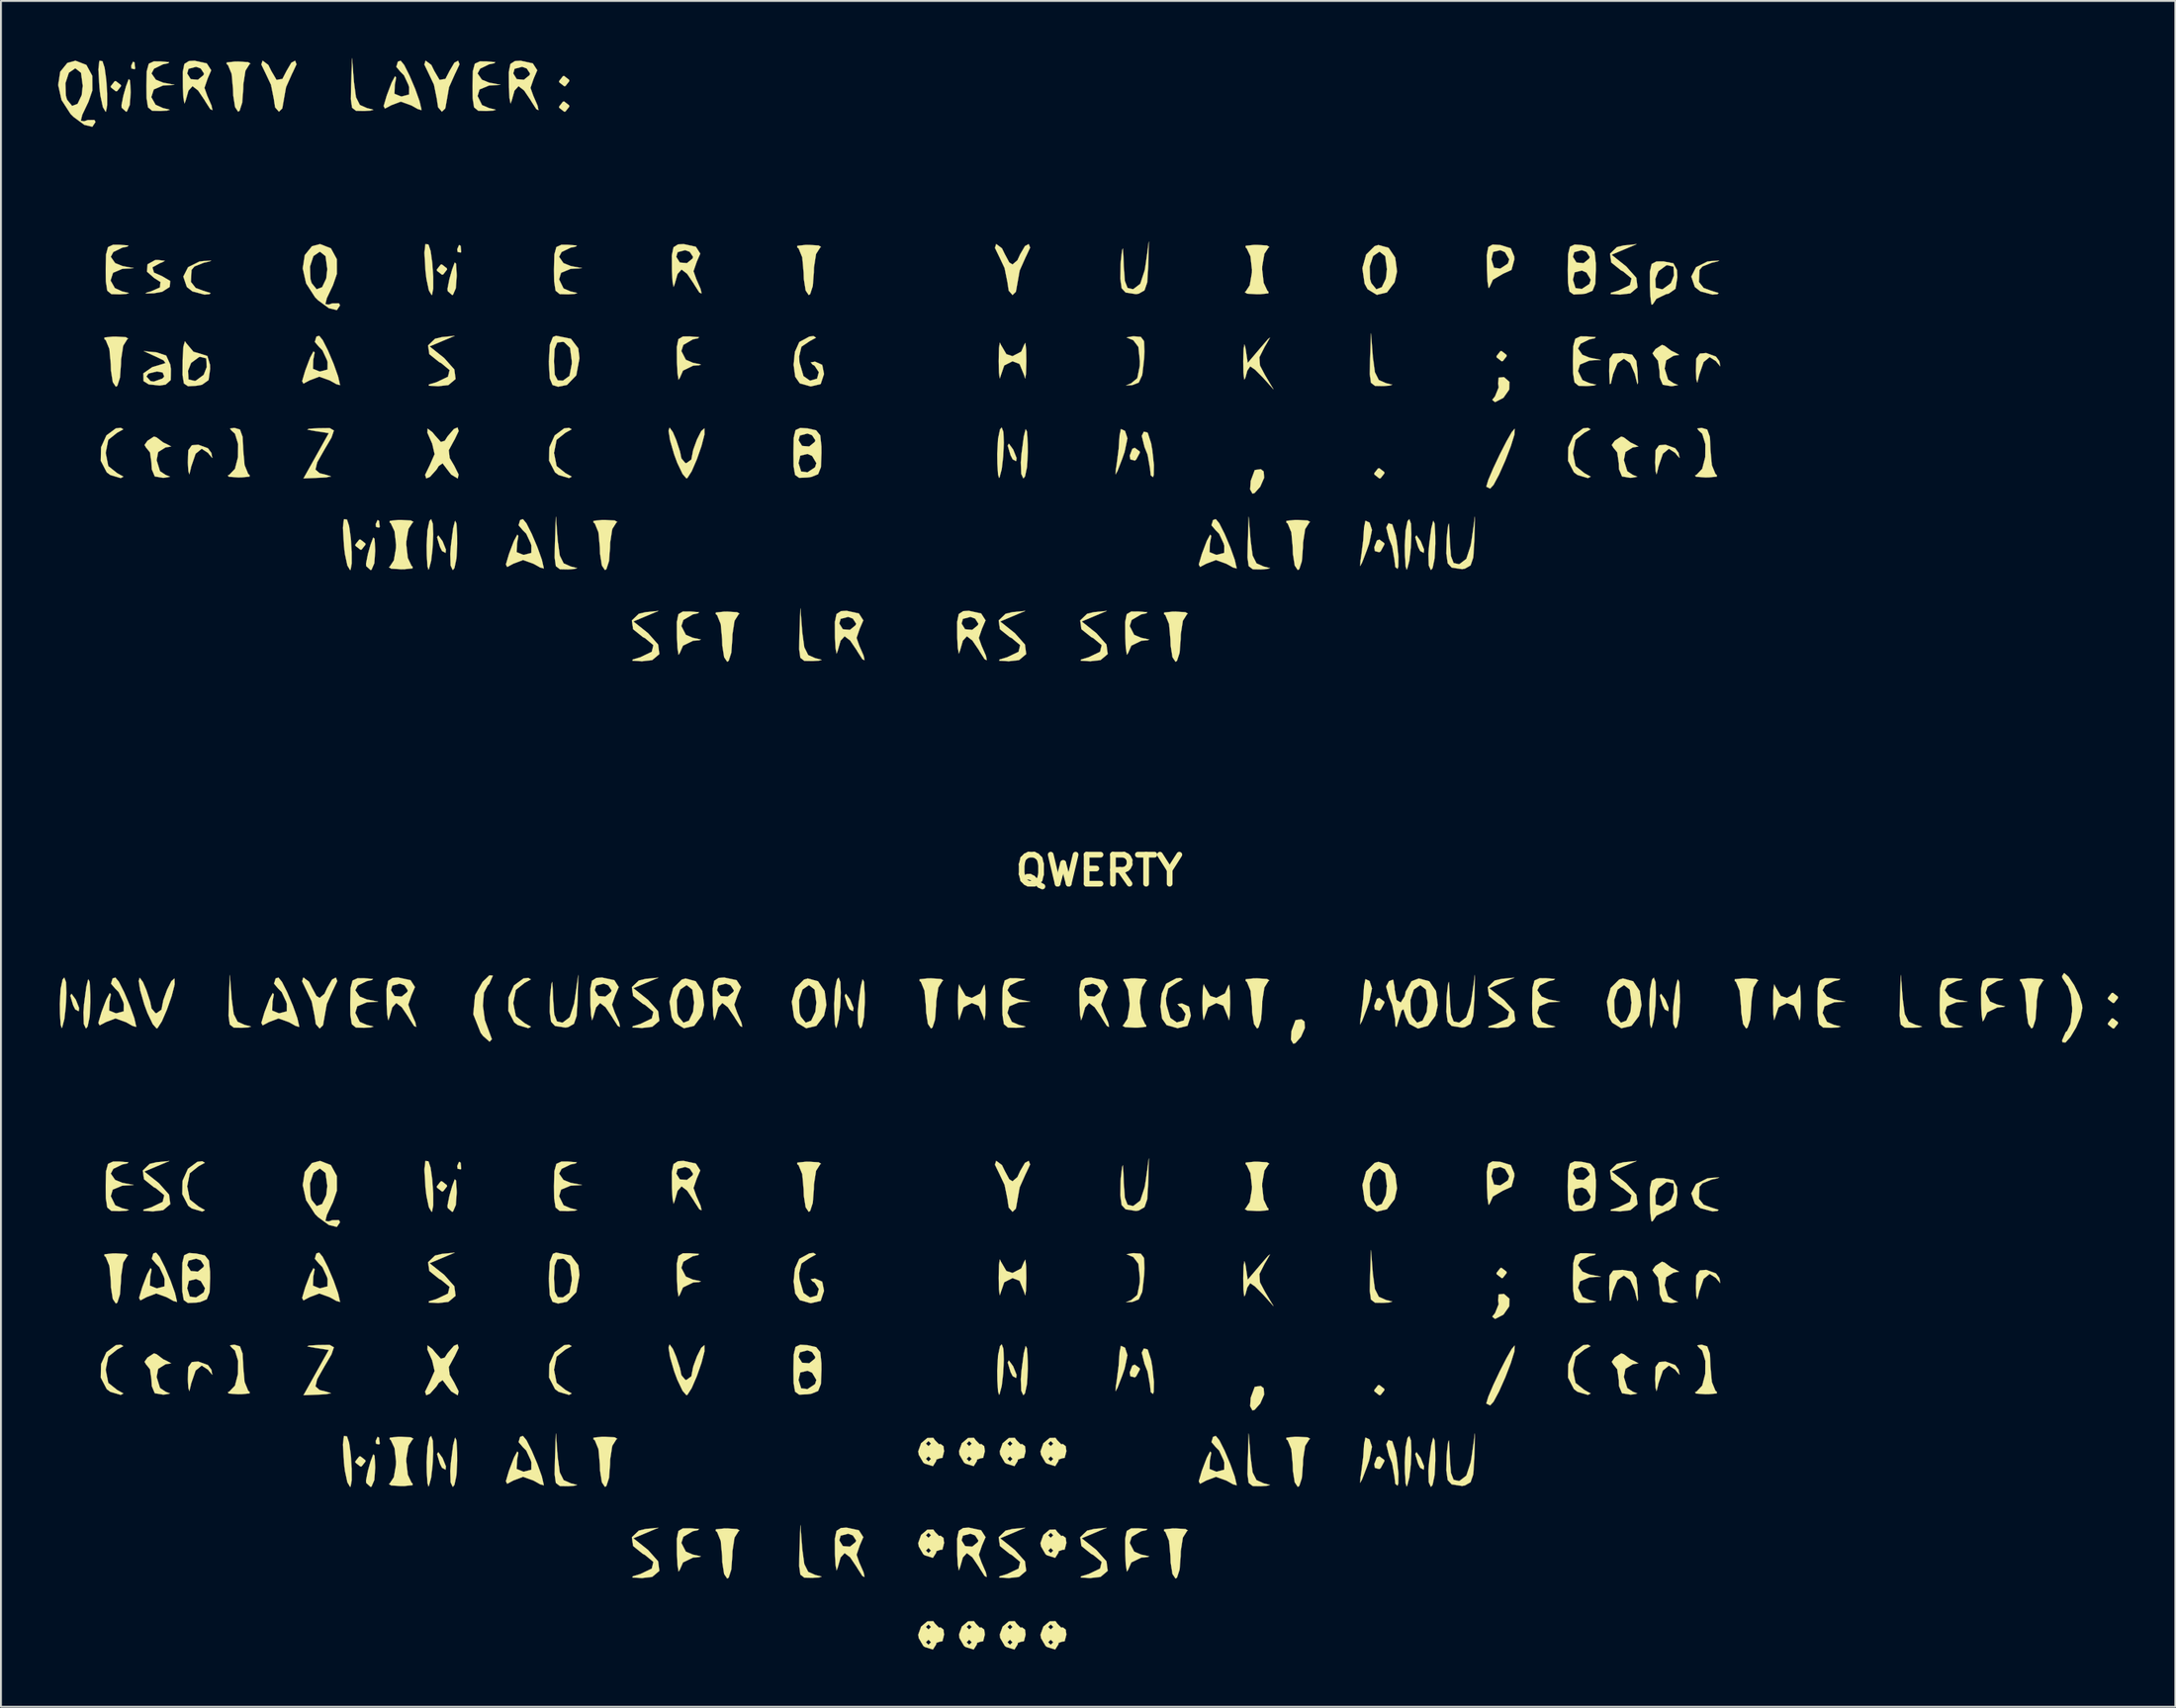
<source format=kicad_pcb>
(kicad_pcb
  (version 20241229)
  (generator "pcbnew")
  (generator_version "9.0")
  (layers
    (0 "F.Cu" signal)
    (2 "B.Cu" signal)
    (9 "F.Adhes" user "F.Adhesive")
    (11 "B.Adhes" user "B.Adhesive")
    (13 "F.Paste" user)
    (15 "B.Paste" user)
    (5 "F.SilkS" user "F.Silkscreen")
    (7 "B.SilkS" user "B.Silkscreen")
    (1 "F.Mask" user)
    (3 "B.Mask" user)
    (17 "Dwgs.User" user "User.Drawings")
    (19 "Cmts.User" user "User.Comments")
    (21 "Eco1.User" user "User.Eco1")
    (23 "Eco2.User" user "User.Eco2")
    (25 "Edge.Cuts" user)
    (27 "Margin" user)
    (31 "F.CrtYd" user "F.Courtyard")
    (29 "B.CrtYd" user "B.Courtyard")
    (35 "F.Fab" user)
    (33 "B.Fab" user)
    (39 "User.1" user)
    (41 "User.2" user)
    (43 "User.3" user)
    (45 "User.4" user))
  (footprint "QWERTY"
    (layer "F.Cu")
    (at 54.633 42.65)
    (property "Reference" "QWERTY" (at 0 0 0) (layer "F.SilkS") (effects (font (size 1.524 1.524) (thickness 0.3))))
    (attr through_hole)
    (fp_poly (pts (xy -50.622 -42.422) (xy -50.59 -42.105) (xy -50.622 -42.066) (xy -50.781 -42.103) (xy -50.8 -42.244) (xy -50.702 -42.464) (xy -50.622 -42.422)) (stroke (width 0.01) (type solid)) (fill yes) (layer "F.SilkS"))
    (fp_poly (pts (xy -37.788 -18.359) (xy -37.756 -18.042) (xy -37.788 -18.003) (xy -37.947 -18.04) (xy -37.966 -18.181) (xy -37.868 -18.401) (xy -37.788 -18.359)) (stroke (width 0.01) (type solid)) (fill yes) (layer "F.SilkS"))
    (fp_poly (pts (xy -37.788 29.767) (xy -37.756 30.084) (xy -37.788 30.124) (xy -37.947 30.087) (xy -37.966 29.945) (xy -37.868 29.725) (xy -37.788 29.767)) (stroke (width 0.01) (type solid)) (fill yes) (layer "F.SilkS"))
    (fp_poly (pts (xy -33.51 -32.797) (xy -33.478 -32.48) (xy -33.51 -32.441) (xy -33.669 -32.477) (xy -33.688 -32.619) (xy -33.591 -32.839) (xy -33.51 -32.797)) (stroke (width 0.01) (type solid)) (fill yes) (layer "F.SilkS"))
    (fp_poly (pts (xy -33.51 15.329) (xy -33.478 15.646) (xy -33.51 15.686) (xy -33.669 15.649) (xy -33.688 15.507) (xy -33.591 15.287) (xy -33.51 15.329)) (stroke (width 0.01) (type solid)) (fill yes) (layer "F.SilkS"))
    (fp_poly (pts (xy -53.708 6.771) (xy -53.531 7.214) (xy -53.55 7.384) (xy -53.732 7.289) (xy -53.842 7.075) (xy -53.993 6.567) (xy -53.931 6.466) (xy -53.708 6.771)) (stroke (width 0.01) (type solid)) (fill yes) (layer "F.SilkS"))
    (fp_poly (pts (xy -34.458 -17.292) (xy -34.281 -16.849) (xy -34.299 -16.679) (xy -34.482 -16.774) (xy -34.591 -16.988) (xy -34.743 -17.496) (xy -34.68 -17.597) (xy -34.458 -17.292)) (stroke (width 0.01) (type solid)) (fill yes) (layer "F.SilkS"))
    (fp_poly (pts (xy -34.458 30.834) (xy -34.281 31.277) (xy -34.299 31.447) (xy -34.482 31.352) (xy -34.591 31.138) (xy -34.743 30.63) (xy -34.68 30.529) (xy -34.458 30.834)) (stroke (width 0.01) (type solid)) (fill yes) (layer "F.SilkS"))
    (fp_poly (pts (xy -13.068 6.771) (xy -12.891 7.214) (xy -12.91 7.384) (xy -13.092 7.289) (xy -13.202 7.075) (xy -13.353 6.567) (xy -13.291 6.466) (xy -13.068 6.771)) (stroke (width 0.01) (type solid)) (fill yes) (layer "F.SilkS"))
    (fp_poly (pts (xy -4.513 -22.105) (xy -4.335 -21.662) (xy -4.354 -21.492) (xy -4.536 -21.587) (xy -4.646 -21.801) (xy -4.797 -22.309) (xy -4.735 -22.41) (xy -4.513 -22.105)) (stroke (width 0.01) (type solid)) (fill yes) (layer "F.SilkS"))
    (fp_poly (pts (xy -4.513 26.022) (xy -4.335 26.465) (xy -4.354 26.635) (xy -4.536 26.539) (xy -4.646 26.325) (xy -4.797 25.818) (xy -4.735 25.716) (xy -4.513 26.022)) (stroke (width 0.01) (type solid)) (fill yes) (layer "F.SilkS"))
    (fp_poly (pts (xy 16.877 -17.292) (xy 17.054 -16.849) (xy 17.035 -16.679) (xy 16.853 -16.774) (xy 16.744 -16.988) (xy 16.592 -17.496) (xy 16.654 -17.597) (xy 16.877 -17.292)) (stroke (width 0.01) (type solid)) (fill yes) (layer "F.SilkS"))
    (fp_poly (pts (xy 16.877 30.834) (xy 17.054 31.277) (xy 17.035 31.447) (xy 16.853 31.352) (xy 16.744 31.138) (xy 16.592 30.63) (xy 16.654 30.529) (xy 16.877 30.834)) (stroke (width 0.01) (type solid)) (fill yes) (layer "F.SilkS"))
    (fp_poly (pts (xy 29.711 6.771) (xy 29.888 7.214) (xy 29.869 7.384) (xy 29.687 7.289) (xy 29.577 7.075) (xy 29.426 6.567) (xy 29.488 6.466) (xy 29.711 6.771)) (stroke (width 0.01) (type solid)) (fill yes) (layer "F.SilkS"))
    (fp_poly (pts (xy -51.343 -41.239) (xy -51.335 -41.175) (xy -51.538 -40.915) (xy -51.602 -40.907) (xy -51.862 -41.111) (xy -51.869 -41.175) (xy -51.666 -41.434) (xy -51.602 -41.442) (xy -51.343 -41.239)) (stroke (width 0.01) (type solid)) (fill yes) (layer "F.SilkS"))
    (fp_poly (pts (xy -38.509 -17.175) (xy -38.501 -17.112) (xy -38.705 -16.852) (xy -38.768 -16.844) (xy -39.028 -17.048) (xy -39.036 -17.112) (xy -38.832 -17.371) (xy -38.768 -17.379) (xy -38.509 -17.175)) (stroke (width 0.01) (type solid)) (fill yes) (layer "F.SilkS"))
    (fp_poly (pts (xy -38.509 30.951) (xy -38.501 31.015) (xy -38.705 31.274) (xy -38.768 31.282) (xy -39.028 31.079) (xy -39.036 31.015) (xy -38.832 30.755) (xy -38.768 30.747) (xy -38.509 30.951)) (stroke (width 0.01) (type solid)) (fill yes) (layer "F.SilkS"))
    (fp_poly (pts (xy -34.231 -31.613) (xy -34.223 -31.549) (xy -34.427 -31.29) (xy -34.491 -31.282) (xy -34.75 -31.486) (xy -34.758 -31.549) (xy -34.554 -31.809) (xy -34.491 -31.817) (xy -34.231 -31.613)) (stroke (width 0.01) (type solid)) (fill yes) (layer "F.SilkS"))
    (fp_poly (pts (xy -34.231 16.513) (xy -34.223 16.577) (xy -34.427 16.836) (xy -34.491 16.844) (xy -34.75 16.641) (xy -34.758 16.577) (xy -34.554 16.317) (xy -34.491 16.309) (xy -34.231 16.513)) (stroke (width 0.01) (type solid)) (fill yes) (layer "F.SilkS"))
    (fp_poly (pts (xy -27.814 -41.506) (xy -27.806 -41.442) (xy -28.01 -41.183) (xy -28.074 -41.175) (xy -28.333 -41.378) (xy -28.341 -41.442) (xy -28.138 -41.702) (xy -28.074 -41.709) (xy -27.814 -41.506)) (stroke (width 0.01) (type solid)) (fill yes) (layer "F.SilkS"))
    (fp_poly (pts (xy -27.814 -40.169) (xy -27.806 -40.105) (xy -28.01 -39.846) (xy -28.074 -39.838) (xy -28.333 -40.041) (xy -28.341 -40.105) (xy -28.138 -40.365) (xy -28.074 -40.373) (xy -27.814 -40.169)) (stroke (width 0.01) (type solid)) (fill yes) (layer "F.SilkS"))
    (fp_poly (pts (xy 2.131 -22) (xy 2.139 -21.94) (xy 1.945 -21.578) (xy 1.872 -21.523) (xy 1.643 -21.584) (xy 1.604 -21.775) (xy 1.744 -22.141) (xy 1.872 -22.192) (xy 2.131 -22)) (stroke (width 0.01) (type solid)) (fill yes) (layer "F.SilkS"))
    (fp_poly (pts (xy 2.131 26.127) (xy 2.139 26.186) (xy 1.945 26.548) (xy 1.872 26.603) (xy 1.643 26.543) (xy 1.604 26.352) (xy 1.744 25.986) (xy 1.872 25.935) (xy 2.131 26.127)) (stroke (width 0.01) (type solid)) (fill yes) (layer "F.SilkS"))
    (fp_poly (pts (xy 14.965 -20.919) (xy 14.973 -20.855) (xy 14.769 -20.595) (xy 14.705 -20.587) (xy 14.446 -20.791) (xy 14.438 -20.855) (xy 14.641 -21.114) (xy 14.705 -21.122) (xy 14.965 -20.919)) (stroke (width 0.01) (type solid)) (fill yes) (layer "F.SilkS"))
    (fp_poly (pts (xy 14.965 27.208) (xy 14.973 27.272) (xy 14.769 27.531) (xy 14.705 27.539) (xy 14.446 27.335) (xy 14.438 27.272) (xy 14.641 27.012) (xy 14.705 27.004) (xy 14.965 27.208)) (stroke (width 0.01) (type solid)) (fill yes) (layer "F.SilkS"))
    (fp_poly (pts (xy 14.965 -17.187) (xy 14.973 -17.127) (xy 14.778 -16.765) (xy 14.705 -16.711) (xy 14.476 -16.771) (xy 14.438 -16.962) (xy 14.577 -17.328) (xy 14.705 -17.379) (xy 14.965 -17.187)) (stroke (width 0.01) (type solid)) (fill yes) (layer "F.SilkS"))
    (fp_poly (pts (xy 14.965 6.876) (xy 14.973 6.936) (xy 14.778 7.298) (xy 14.705 7.353) (xy 14.476 7.292) (xy 14.438 7.101) (xy 14.577 6.735) (xy 14.705 6.684) (xy 14.965 6.876)) (stroke (width 0.01) (type solid)) (fill yes) (layer "F.SilkS"))
    (fp_poly (pts (xy 14.965 30.939) (xy 14.973 30.999) (xy 14.778 31.361) (xy 14.705 31.416) (xy 14.476 31.355) (xy 14.438 31.164) (xy 14.577 30.798) (xy 14.705 30.747) (xy 14.965 30.939)) (stroke (width 0.01) (type solid)) (fill yes) (layer "F.SilkS"))
    (fp_poly (pts (xy 21.382 -27.068) (xy 21.389 -27.004) (xy 21.186 -26.745) (xy 21.122 -26.737) (xy 20.863 -26.94) (xy 20.855 -27.004) (xy 21.058 -27.264) (xy 21.122 -27.272) (xy 21.382 -27.068)) (stroke (width 0.01) (type solid)) (fill yes) (layer "F.SilkS"))
    (fp_poly (pts (xy 21.382 21.058) (xy 21.389 21.122) (xy 21.186 21.382) (xy 21.122 21.389) (xy 20.863 21.186) (xy 20.855 21.122) (xy 21.058 20.863) (xy 21.122 20.855) (xy 21.382 21.058)) (stroke (width 0.01) (type solid)) (fill yes) (layer "F.SilkS"))
    (fp_poly (pts (xy 53.466 6.62) (xy 53.474 6.684) (xy 53.27 6.944) (xy 53.206 6.952) (xy 52.947 6.748) (xy 52.939 6.684) (xy 53.142 6.425) (xy 53.206 6.417) (xy 53.466 6.62)) (stroke (width 0.01) (type solid)) (fill yes) (layer "F.SilkS"))
    (fp_poly (pts (xy 53.466 7.957) (xy 53.474 8.021) (xy 53.27 8.281) (xy 53.206 8.288) (xy 52.947 8.085) (xy 52.939 8.021) (xy 53.142 7.761) (xy 53.206 7.754) (xy 53.466 7.957)) (stroke (width 0.01) (type solid)) (fill yes) (layer "F.SilkS"))
    (fp_poly (pts (xy 8.636 -20.953) (xy 8.66 -20.618) (xy 8.457 -20.152) (xy 8.161 -19.821) (xy 8.049 -19.785) (xy 7.927 -20.008) (xy 7.956 -20.454) (xy 8.168 -21.025) (xy 8.486 -21.072) (xy 8.636 -20.953)) (stroke (width 0.01) (type solid)) (fill yes) (layer "F.SilkS"))
    (fp_poly (pts (xy 8.636 27.173) (xy 8.66 27.508) (xy 8.457 27.974) (xy 8.161 28.306) (xy 8.049 28.341) (xy 7.927 28.118) (xy 7.956 27.673) (xy 8.168 27.101) (xy 8.486 27.054) (xy 8.636 27.173)) (stroke (width 0.01) (type solid)) (fill yes) (layer "F.SilkS"))
    (fp_poly (pts (xy 10.774 7.923) (xy 10.799 8.258) (xy 10.596 8.724) (xy 10.3 9.055) (xy 10.188 9.091) (xy 10.066 8.868) (xy 10.095 8.422) (xy 10.307 7.851) (xy 10.625 7.803) (xy 10.774 7.923)) (stroke (width 0.01) (type solid)) (fill yes) (layer "F.SilkS"))
    (fp_poly (pts (xy -52.98 5.836) (xy -52.942 6.497) (xy -52.939 6.907) (xy -52.98 7.684) (xy -53.085 8.185) (xy -53.173 8.288) (xy -53.284 8.051) (xy -53.304 7.446) (xy -53.272 7.018) (xy -53.152 6.099) (xy -53.052 5.704) (xy -52.98 5.836)) (stroke (width 0.01) (type solid)) (fill yes) (layer "F.SilkS"))
    (fp_poly (pts (xy -50.86 -41.48) (xy -50.829 -40.928) (xy -50.827 -40.841) (xy -50.872 -40.196) (xy -51.019 -39.855) (xy -51.067 -39.838) (xy -51.298 -40.046) (xy -51.308 -40.172) (xy -51.21 -40.672) (xy -51.067 -41.175) (xy -50.929 -41.547) (xy -50.86 -41.48)) (stroke (width 0.01) (type solid)) (fill yes) (layer "F.SilkS"))
    (fp_poly (pts (xy -38.026 -17.416) (xy -37.995 -16.865) (xy -37.993 -16.777) (xy -38.039 -16.133) (xy -38.186 -15.791) (xy -38.234 -15.775) (xy -38.465 -15.983) (xy -38.474 -16.109) (xy -38.376 -16.609) (xy -38.234 -17.112) (xy -38.095 -17.484) (xy -38.026 -17.416)) (stroke (width 0.01) (type solid)) (fill yes) (layer "F.SilkS"))
    (fp_poly (pts (xy -38.026 30.71) (xy -37.995 31.262) (xy -37.993 31.349) (xy -38.039 31.993) (xy -38.186 32.335) (xy -38.234 32.352) (xy -38.465 32.144) (xy -38.474 32.017) (xy -38.376 31.518) (xy -38.234 31.015) (xy -38.095 30.643) (xy -38.026 30.71)) (stroke (width 0.01) (type solid)) (fill yes) (layer "F.SilkS"))
    (fp_poly (pts (xy -33.749 -31.854) (xy -33.717 -31.303) (xy -33.715 -31.215) (xy -33.761 -30.571) (xy -33.908 -30.229) (xy -33.956 -30.213) (xy -34.187 -30.421) (xy -34.197 -30.547) (xy -34.098 -31.047) (xy -33.956 -31.549) (xy -33.817 -31.922) (xy -33.749 -31.854)) (stroke (width 0.01) (type solid)) (fill yes) (layer "F.SilkS"))
    (fp_poly (pts (xy -33.749 16.272) (xy -33.717 16.824) (xy -33.715 16.911) (xy -33.761 17.555) (xy -33.908 17.897) (xy -33.956 17.914) (xy -34.187 17.706) (xy -34.197 17.579) (xy -34.098 17.08) (xy -33.956 16.577) (xy -33.817 16.205) (xy -33.749 16.272)) (stroke (width 0.01) (type solid)) (fill yes) (layer "F.SilkS"))
    (fp_poly (pts (xy -33.729 -18.227) (xy -33.692 -17.566) (xy -33.688 -17.156) (xy -33.729 -16.379) (xy -33.834 -15.878) (xy -33.923 -15.775) (xy -34.034 -16.012) (xy -34.053 -16.617) (xy -34.021 -17.045) (xy -33.902 -17.964) (xy -33.802 -18.359) (xy -33.729 -18.227)) (stroke (width 0.01) (type solid)) (fill yes) (layer "F.SilkS"))
    (fp_poly (pts (xy -33.729 29.899) (xy -33.692 30.56) (xy -33.688 30.97) (xy -33.729 31.747) (xy -33.834 32.248) (xy -33.923 32.352) (xy -34.034 32.114) (xy -34.053 31.509) (xy -34.021 31.082) (xy -33.902 30.162) (xy -33.802 29.767) (xy -33.729 29.899)) (stroke (width 0.01) (type solid)) (fill yes) (layer "F.SilkS"))
    (fp_poly (pts (xy -12.34 5.836) (xy -12.302 6.497) (xy -12.299 6.907) (xy -12.34 7.684) (xy -12.445 8.185) (xy -12.533 8.288) (xy -12.644 8.051) (xy -12.664 7.446) (xy -12.632 7.018) (xy -12.512 6.099) (xy -12.412 5.704) (xy -12.34 5.836)) (stroke (width 0.01) (type solid)) (fill yes) (layer "F.SilkS"))
    (fp_poly (pts (xy -3.784 -23.04) (xy -3.747 -22.379) (xy -3.743 -21.969) (xy -3.784 -21.192) (xy -3.889 -20.691) (xy -3.978 -20.587) (xy -4.088 -20.825) (xy -4.108 -21.43) (xy -4.076 -21.857) (xy -3.956 -22.777) (xy -3.857 -23.172) (xy -3.784 -23.04)) (stroke (width 0.01) (type solid)) (fill yes) (layer "F.SilkS"))
    (fp_poly (pts (xy -3.784 25.086) (xy -3.747 25.747) (xy -3.743 26.158) (xy -3.784 26.935) (xy -3.889 27.436) (xy -3.978 27.539) (xy -4.088 27.301) (xy -4.108 26.697) (xy -4.076 26.269) (xy -3.956 25.35) (xy -3.857 24.955) (xy -3.784 25.086)) (stroke (width 0.01) (type solid)) (fill yes) (layer "F.SilkS"))
    (fp_poly (pts (xy 17.605 -18.227) (xy 17.643 -17.566) (xy 17.646 -17.156) (xy 17.605 -16.379) (xy 17.5 -15.878) (xy 17.412 -15.775) (xy 17.301 -16.012) (xy 17.282 -16.617) (xy 17.314 -17.045) (xy 17.433 -17.964) (xy 17.533 -18.359) (xy 17.605 -18.227)) (stroke (width 0.01) (type solid)) (fill yes) (layer "F.SilkS"))
    (fp_poly (pts (xy 17.605 29.899) (xy 17.643 30.56) (xy 17.646 30.97) (xy 17.605 31.747) (xy 17.5 32.248) (xy 17.412 32.352) (xy 17.301 32.114) (xy 17.282 31.509) (xy 17.314 31.082) (xy 17.433 30.162) (xy 17.533 29.767) (xy 17.605 29.899)) (stroke (width 0.01) (type solid)) (fill yes) (layer "F.SilkS"))
    (fp_poly (pts (xy 21.53 -25.656) (xy 21.521 -25.25) (xy 21.219 -24.818) (xy 20.798 -24.599) (xy 20.769 -24.598) (xy 20.632 -24.709) (xy 20.78 -24.898) (xy 20.97 -25.368) (xy 20.939 -25.566) (xy 20.968 -25.877) (xy 21.248 -25.904) (xy 21.53 -25.656)) (stroke (width 0.01) (type solid)) (fill yes) (layer "F.SilkS"))
    (fp_poly (pts (xy 21.53 22.471) (xy 21.521 22.877) (xy 21.219 23.309) (xy 20.798 23.527) (xy 20.769 23.528) (xy 20.632 23.417) (xy 20.78 23.228) (xy 20.97 22.758) (xy 20.939 22.56) (xy 20.968 22.249) (xy 21.248 22.222) (xy 21.53 22.471)) (stroke (width 0.01) (type solid)) (fill yes) (layer "F.SilkS"))
    (fp_poly (pts (xy 30.439 5.836) (xy 30.476 6.497) (xy 30.48 6.907) (xy 30.439 7.684) (xy 30.334 8.185) (xy 30.245 8.288) (xy 30.135 8.051) (xy 30.115 7.446) (xy 30.147 7.018) (xy 30.267 6.099) (xy 30.367 5.704) (xy 30.439 5.836)) (stroke (width 0.01) (type solid)) (fill yes) (layer "F.SilkS"))
    (fp_poly (pts (xy -54.221 5.847) (xy -54.198 6.417) (xy -54.23 7.132) (xy -54.306 7.799) (xy -54.418 8.225) (xy -54.445 8.266) (xy -54.5 8.091) (xy -54.535 7.523) (xy -54.543 6.996) (xy -54.502 6.219) (xy -54.397 5.718) (xy -54.309 5.615) (xy -54.221 5.847)) (stroke (width 0.01) (type solid)) (fill yes) (layer "F.SilkS"))
    (fp_poly (pts (xy -52.306 -42.489) (xy -52.194 -42.146) (xy -52.108 -41.518) (xy -52.058 -40.798) (xy -52.058 -40.178) (xy -52.119 -39.851) (xy -52.143 -39.838) (xy -52.285 -40.078) (xy -52.415 -40.687) (xy -52.464 -41.108) (xy -52.519 -42.058) (xy -52.468 -42.509) (xy -52.306 -42.489)) (stroke (width 0.01) (type solid)) (fill yes) (layer "F.SilkS"))
    (fp_poly (pts (xy -39.472 -18.426) (xy -39.36 -18.083) (xy -39.274 -17.455) (xy -39.225 -16.735) (xy -39.224 -16.115) (xy -39.285 -15.788) (xy -39.309 -15.775) (xy -39.452 -16.014) (xy -39.581 -16.624) (xy -39.63 -17.045) (xy -39.686 -17.995) (xy -39.634 -18.446) (xy -39.472 -18.426)) (stroke (width 0.01) (type solid)) (fill yes) (layer "F.SilkS"))
    (fp_poly (pts (xy -39.472 29.7) (xy -39.36 30.044) (xy -39.274 30.672) (xy -39.225 31.392) (xy -39.224 32.011) (xy -39.285 32.338) (xy -39.309 32.352) (xy -39.452 32.112) (xy -39.581 31.502) (xy -39.63 31.082) (xy -39.686 30.132) (xy -39.634 29.68) (xy -39.472 29.7)) (stroke (width 0.01) (type solid)) (fill yes) (layer "F.SilkS"))
    (fp_poly (pts (xy -35.195 -32.864) (xy -35.083 -32.521) (xy -34.996 -31.893) (xy -34.947 -31.173) (xy -34.947 -30.553) (xy -35.007 -30.226) (xy -35.031 -30.213) (xy -35.174 -30.452) (xy -35.303 -31.062) (xy -35.352 -31.483) (xy -35.408 -32.433) (xy -35.356 -32.884) (xy -35.195 -32.864)) (stroke (width 0.01) (type solid)) (fill yes) (layer "F.SilkS"))
    (fp_poly (pts (xy -35.195 15.262) (xy -35.083 15.606) (xy -34.996 16.234) (xy -34.947 16.954) (xy -34.947 17.573) (xy -35.007 17.9) (xy -35.031 17.914) (xy -35.174 17.674) (xy -35.303 17.064) (xy -35.352 16.644) (xy -35.408 15.694) (xy -35.356 15.242) (xy -35.195 15.262)) (stroke (width 0.01) (type solid)) (fill yes) (layer "F.SilkS"))
    (fp_poly (pts (xy -34.97 -18.216) (xy -34.947 -17.646) (xy -34.979 -16.931) (xy -35.056 -16.265) (xy -35.168 -15.838) (xy -35.195 -15.797) (xy -35.249 -15.972) (xy -35.285 -16.54) (xy -35.293 -17.067) (xy -35.252 -17.844) (xy -35.147 -18.345) (xy -35.058 -18.448) (xy -34.97 -18.216)) (stroke (width 0.01) (type solid)) (fill yes) (layer "F.SilkS"))
    (fp_poly (pts (xy -34.97 29.911) (xy -34.947 30.48) (xy -34.979 31.195) (xy -35.056 31.862) (xy -35.168 32.289) (xy -35.195 32.329) (xy -35.249 32.154) (xy -35.285 31.586) (xy -35.293 31.059) (xy -35.252 30.282) (xy -35.147 29.781) (xy -35.058 29.678) (xy -34.97 29.911)) (stroke (width 0.01) (type solid)) (fill yes) (layer "F.SilkS"))
    (fp_poly (pts (xy -13.581 5.847) (xy -13.558 6.417) (xy -13.59 7.132) (xy -13.666 7.799) (xy -13.778 8.225) (xy -13.805 8.266) (xy -13.86 8.091) (xy -13.895 7.523) (xy -13.903 6.996) (xy -13.862 6.219) (xy -13.757 5.718) (xy -13.669 5.615) (xy -13.581 5.847)) (stroke (width 0.01) (type solid)) (fill yes) (layer "F.SilkS"))
    (fp_poly (pts (xy -5.025 -23.028) (xy -5.002 -22.459) (xy -5.034 -21.744) (xy -5.111 -21.077) (xy -5.223 -20.65) (xy -5.249 -20.61) (xy -5.304 -20.785) (xy -5.34 -21.353) (xy -5.347 -21.88) (xy -5.306 -22.657) (xy -5.202 -23.158) (xy -5.113 -23.261) (xy -5.025 -23.028)) (stroke (width 0.01) (type solid)) (fill yes) (layer "F.SilkS"))
    (fp_poly (pts (xy -5.025 25.098) (xy -5.002 25.668) (xy -5.034 26.382) (xy -5.111 27.049) (xy -5.223 27.476) (xy -5.249 27.517) (xy -5.304 27.342) (xy -5.34 26.773) (xy -5.347 26.247) (xy -5.306 25.47) (xy -5.202 24.968) (xy -5.113 24.865) (xy -5.025 25.098)) (stroke (width 0.01) (type solid)) (fill yes) (layer "F.SilkS"))
    (fp_poly (pts (xy 1.358 -23.08) (xy 1.485 -22.691) (xy 1.338 -21.982) (xy 1.213 -21.622) (xy 0.963 -20.971) (xy 0.862 -20.8) (xy 0.882 -21.082) (xy 0.925 -21.356) (xy 1.027 -22.156) (xy 1.069 -22.813) (xy 1.069 -22.813) (xy 1.142 -23.177) (xy 1.358 -23.08)) (stroke (width 0.01) (type solid)) (fill yes) (layer "F.SilkS"))
    (fp_poly (pts (xy 1.358 25.047) (xy 1.485 25.436) (xy 1.338 26.144) (xy 1.213 26.504) (xy 0.963 27.155) (xy 0.862 27.327) (xy 0.882 27.045) (xy 0.925 26.77) (xy 1.027 25.97) (xy 1.069 25.313) (xy 1.069 25.313) (xy 1.142 24.949) (xy 1.358 25.047)) (stroke (width 0.01) (type solid)) (fill yes) (layer "F.SilkS"))
    (fp_poly (pts (xy 2.549 -22.987) (xy 2.729 -22.426) (xy 2.794 -22.053) (xy 2.875 -21.287) (xy 2.866 -20.763) (xy 2.827 -20.652) (xy 2.709 -20.75) (xy 2.674 -21.095) (xy 2.544 -21.832) (xy 2.382 -22.238) (xy 2.238 -22.822) (xy 2.348 -23.042) (xy 2.549 -22.987)) (stroke (width 0.01) (type solid)) (fill yes) (layer "F.SilkS"))
    (fp_poly (pts (xy 2.549 25.139) (xy 2.729 25.701) (xy 2.794 26.073) (xy 2.875 26.839) (xy 2.866 27.363) (xy 2.827 27.474) (xy 2.709 27.377) (xy 2.674 27.031) (xy 2.544 26.295) (xy 2.382 25.888) (xy 2.238 25.305) (xy 2.348 25.084) (xy 2.549 25.139)) (stroke (width 0.01) (type solid)) (fill yes) (layer "F.SilkS"))
    (fp_poly (pts (xy 14.192 -18.267) (xy 14.319 -17.878) (xy 14.172 -17.169) (xy 14.047 -16.81) (xy 13.797 -16.159) (xy 13.696 -15.987) (xy 13.716 -16.269) (xy 13.758 -16.543) (xy 13.861 -17.344) (xy 13.903 -18) (xy 13.903 -18.001) (xy 13.975 -18.364) (xy 14.192 -18.267)) (stroke (width 0.01) (type solid)) (fill yes) (layer "F.SilkS"))
    (fp_poly (pts (xy 14.192 5.796) (xy 14.319 6.185) (xy 14.172 6.894) (xy 14.047 7.253) (xy 13.797 7.904) (xy 13.696 8.076) (xy 13.716 7.794) (xy 13.758 7.52) (xy 13.861 6.72) (xy 13.903 6.063) (xy 13.903 6.063) (xy 13.975 5.699) (xy 14.192 5.796)) (stroke (width 0.01) (type solid)) (fill yes) (layer "F.SilkS"))
    (fp_poly (pts (xy 14.192 29.859) (xy 14.319 30.248) (xy 14.172 30.957) (xy 14.047 31.316) (xy 13.797 31.968) (xy 13.696 32.139) (xy 13.716 31.857) (xy 13.758 31.583) (xy 13.861 30.783) (xy 13.903 30.126) (xy 13.903 30.126) (xy 13.975 29.762) (xy 14.192 29.859)) (stroke (width 0.01) (type solid)) (fill yes) (layer "F.SilkS"))
    (fp_poly (pts (xy 15.383 -18.175) (xy 15.563 -17.613) (xy 15.628 -17.241) (xy 15.708 -16.474) (xy 15.7 -15.951) (xy 15.661 -15.839) (xy 15.543 -15.937) (xy 15.507 -16.282) (xy 15.378 -17.019) (xy 15.215 -17.425) (xy 15.072 -18.009) (xy 15.182 -18.23) (xy 15.383 -18.175)) (stroke (width 0.01) (type solid)) (fill yes) (layer "F.SilkS"))
    (fp_poly (pts (xy 15.383 29.952) (xy 15.563 30.513) (xy 15.628 30.885) (xy 15.708 31.652) (xy 15.7 32.176) (xy 15.661 32.287) (xy 15.543 32.189) (xy 15.507 31.844) (xy 15.378 31.107) (xy 15.215 30.701) (xy 15.072 30.117) (xy 15.182 29.896) (xy 15.383 29.952)) (stroke (width 0.01) (type solid)) (fill yes) (layer "F.SilkS"))
    (fp_poly (pts (xy 16.364 -18.216) (xy 16.387 -17.646) (xy 16.356 -16.931) (xy 16.279 -16.265) (xy 16.167 -15.838) (xy 16.14 -15.797) (xy 16.085 -15.972) (xy 16.05 -16.54) (xy 16.042 -17.067) (xy 16.083 -17.844) (xy 16.188 -18.345) (xy 16.277 -18.448) (xy 16.364 -18.216)) (stroke (width 0.01) (type solid)) (fill yes) (layer "F.SilkS"))
    (fp_poly (pts (xy 16.364 29.911) (xy 16.387 30.48) (xy 16.356 31.195) (xy 16.279 31.862) (xy 16.167 32.289) (xy 16.14 32.329) (xy 16.085 32.154) (xy 16.05 31.586) (xy 16.042 31.059) (xy 16.083 30.282) (xy 16.188 29.781) (xy 16.277 29.678) (xy 16.364 29.911)) (stroke (width 0.01) (type solid)) (fill yes) (layer "F.SilkS"))
    (fp_poly (pts (xy 29.198 5.847) (xy 29.221 6.417) (xy 29.189 7.132) (xy 29.112 7.799) (xy 29.001 8.225) (xy 28.974 8.266) (xy 28.919 8.091) (xy 28.883 7.523) (xy 28.876 6.996) (xy 28.917 6.219) (xy 29.022 5.718) (xy 29.11 5.615) (xy 29.198 5.847)) (stroke (width 0.01) (type solid)) (fill yes) (layer "F.SilkS"))
    (fp_poly (pts (xy -45.524 6.734) (xy -45.418 7.528) (xy -45.214 7.935) (xy -44.839 8.101) (xy -44.837 8.102) (xy -44.505 8.185) (xy -44.668 8.232) (xy -44.985 8.252) (xy -45.411 8.245) (xy -45.623 8.08) (xy -45.687 7.628) (xy -45.672 6.885) (xy -45.624 5.481) (xy -45.524 6.734)) (stroke (width 0.01) (type solid)) (fill yes) (layer "F.SilkS"))
    (fp_poly (pts (xy -39.107 -41.392) (xy -39.001 -40.598) (xy -38.797 -40.191) (xy -38.422 -40.025) (xy -38.42 -40.025) (xy -38.088 -39.941) (xy -38.251 -39.894) (xy -38.568 -39.874) (xy -38.994 -39.882) (xy -39.206 -40.046) (xy -39.27 -40.498) (xy -39.255 -41.242) (xy -39.207 -42.645) (xy -39.107 -41.392)) (stroke (width 0.01) (type solid)) (fill yes) (layer "F.SilkS"))
    (fp_poly (pts (xy -28.413 -17.329) (xy -28.306 -16.535) (xy -28.102 -16.128) (xy -27.727 -15.962) (xy -27.726 -15.962) (xy -27.394 -15.878) (xy -27.557 -15.831) (xy -27.873 -15.811) (xy -28.3 -15.819) (xy -28.512 -15.983) (xy -28.575 -16.435) (xy -28.56 -17.178) (xy -28.512 -18.582) (xy -28.413 -17.329)) (stroke (width 0.01) (type solid)) (fill yes) (layer "F.SilkS"))
    (fp_poly (pts (xy -28.413 30.797) (xy -28.306 31.592) (xy -28.102 31.998) (xy -27.727 32.164) (xy -27.726 32.165) (xy -27.394 32.248) (xy -27.557 32.295) (xy -27.873 32.315) (xy -28.3 32.308) (xy -28.512 32.143) (xy -28.575 31.691) (xy -28.56 30.948) (xy -28.512 29.544) (xy -28.413 30.797)) (stroke (width 0.01) (type solid)) (fill yes) (layer "F.SilkS"))
    (fp_poly (pts (xy -15.579 -12.516) (xy -15.472 -11.722) (xy -15.269 -11.315) (xy -14.894 -11.149) (xy -14.892 -11.149) (xy -14.56 -11.065) (xy -14.723 -11.018) (xy -15.039 -10.999) (xy -15.466 -11.006) (xy -15.678 -11.17) (xy -15.741 -11.622) (xy -15.727 -12.366) (xy -15.678 -13.769) (xy -15.579 -12.516)) (stroke (width 0.01) (type solid)) (fill yes) (layer "F.SilkS"))
    (fp_poly (pts (xy -15.579 35.61) (xy -15.472 36.404) (xy -15.269 36.811) (xy -14.894 36.977) (xy -14.892 36.977) (xy -14.56 37.061) (xy -14.723 37.108) (xy -15.039 37.128) (xy -15.466 37.12) (xy -15.678 36.956) (xy -15.741 36.504) (xy -15.727 35.761) (xy -15.678 34.357) (xy -15.579 35.61)) (stroke (width 0.01) (type solid)) (fill yes) (layer "F.SilkS"))
    (fp_poly (pts (xy 7.95 -17.329) (xy 8.056 -16.535) (xy 8.26 -16.128) (xy 8.635 -15.962) (xy 8.637 -15.962) (xy 8.968 -15.878) (xy 8.805 -15.831) (xy 8.489 -15.811) (xy 8.063 -15.819) (xy 7.85 -15.983) (xy 7.787 -16.435) (xy 7.802 -17.178) (xy 7.85 -18.582) (xy 7.95 -17.329)) (stroke (width 0.01) (type solid)) (fill yes) (layer "F.SilkS"))
    (fp_poly (pts (xy 7.95 30.797) (xy 8.056 31.592) (xy 8.26 31.998) (xy 8.635 32.164) (xy 8.637 32.165) (xy 8.968 32.248) (xy 8.805 32.295) (xy 8.489 32.315) (xy 8.063 32.308) (xy 7.85 32.143) (xy 7.787 31.691) (xy 7.802 30.948) (xy 7.85 29.544) (xy 7.95 30.797)) (stroke (width 0.01) (type solid)) (fill yes) (layer "F.SilkS"))
    (fp_poly (pts (xy 14.366 -26.954) (xy 14.473 -26.16) (xy 14.677 -25.753) (xy 15.052 -25.587) (xy 15.053 -25.587) (xy 15.385 -25.503) (xy 15.222 -25.456) (xy 14.906 -25.436) (xy 14.479 -25.444) (xy 14.267 -25.608) (xy 14.204 -26.06) (xy 14.219 -26.804) (xy 14.267 -28.207) (xy 14.366 -26.954)) (stroke (width 0.01) (type solid)) (fill yes) (layer "F.SilkS"))
    (fp_poly (pts (xy 14.366 21.172) (xy 14.473 21.966) (xy 14.677 22.373) (xy 15.052 22.539) (xy 15.053 22.539) (xy 15.385 22.623) (xy 15.222 22.67) (xy 14.906 22.69) (xy 14.479 22.683) (xy 14.267 22.518) (xy 14.204 22.066) (xy 14.219 21.323) (xy 14.267 19.919) (xy 14.366 21.172)) (stroke (width 0.01) (type solid)) (fill yes) (layer "F.SilkS"))
    (fp_poly (pts (xy 42.173 6.734) (xy 42.279 7.528) (xy 42.483 7.935) (xy 42.858 8.101) (xy 42.86 8.102) (xy 43.192 8.185) (xy 43.029 8.232) (xy 42.712 8.252) (xy 42.286 8.245) (xy 42.074 8.08) (xy 42.01 7.628) (xy 42.025 6.885) (xy 42.073 5.481) (xy 42.173 6.734)) (stroke (width 0.01) (type solid)) (fill yes) (layer "F.SilkS"))
    (fp_poly (pts (xy 21.796 -22.892) (xy 21.607 -22.279) (xy 21.315 -21.522) (xy 20.989 -20.787) (xy 20.698 -20.243) (xy 20.521 -20.053) (xy 20.32 -20.152) (xy 20.32 -20.153) (xy 20.423 -20.503) (xy 20.684 -21.117) (xy 21.028 -21.845) (xy 21.381 -22.534) (xy 21.667 -23.034) (xy 21.813 -23.194) (xy 21.796 -22.892)) (stroke (width 0.01) (type solid)) (fill yes) (layer "F.SilkS"))
    (fp_poly (pts (xy 21.796 25.235) (xy 21.607 25.848) (xy 21.315 26.605) (xy 20.989 27.339) (xy 20.698 27.883) (xy 20.521 28.073) (xy 20.32 27.975) (xy 20.32 27.973) (xy 20.423 27.624) (xy 20.684 27.009) (xy 21.028 26.282) (xy 21.381 25.592) (xy 21.667 25.092) (xy 21.813 24.932) (xy 21.796 25.235)) (stroke (width 0.01) (type solid)) (fill yes) (layer "F.SilkS"))
    (fp_poly (pts (xy -51.211 -23.163) (xy -51.535 -22.985) (xy -52.002 -22.612) (xy -52.137 -21.924) (xy -52 -21.234) (xy -51.535 -20.863) (xy -51.206 -20.679) (xy -51.348 -20.604) (xy -51.894 -20.766) (xy -52.083 -20.908) (xy -52.395 -21.513) (xy -52.38 -22.219) (xy -52.097 -22.846) (xy -51.603 -23.212) (xy -51.348 -23.244) (xy -51.211 -23.163)) (stroke (width 0.01) (type solid)) (fill yes) (layer "F.SilkS"))
    (fp_poly (pts (xy -51.211 24.963) (xy -51.535 25.141) (xy -52.002 25.515) (xy -52.137 26.202) (xy -52 26.893) (xy -51.535 27.263) (xy -51.206 27.448) (xy -51.348 27.522) (xy -51.894 27.361) (xy -52.083 27.218) (xy -52.395 26.614) (xy -52.38 25.907) (xy -52.097 25.28) (xy -51.603 24.914) (xy -51.348 24.882) (xy -51.211 24.963)) (stroke (width 0.01) (type solid)) (fill yes) (layer "F.SilkS"))
    (fp_poly (pts (xy -46.933 15.338) (xy -47.257 15.516) (xy -47.724 15.889) (xy -47.859 16.577) (xy -47.722 17.268) (xy -47.257 17.638) (xy -46.928 17.823) (xy -47.07 17.897) (xy -47.616 17.735) (xy -47.805 17.593) (xy -48.117 16.988) (xy -48.102 16.282) (xy -47.819 15.655) (xy -47.325 15.289) (xy -47.07 15.257) (xy -46.933 15.338)) (stroke (width 0.01) (type solid)) (fill yes) (layer "F.SilkS"))
    (fp_poly (pts (xy -46.77 -22.169) (xy -46.591 -21.924) (xy -46.542 -21.659) (xy -46.705 -21.846) (xy -46.758 -21.922) (xy -47.099 -22.143) (xy -47.417 -21.883) (xy -47.653 -21.193) (xy -47.666 -21.122) (xy -47.747 -20.803) (xy -47.798 -20.978) (xy -47.823 -21.42) (xy -47.802 -22.064) (xy -47.616 -22.325) (xy -47.28 -22.356) (xy -46.77 -22.169)) (stroke (width 0.01) (type solid)) (fill yes) (layer "F.SilkS"))
    (fp_poly (pts (xy -46.77 25.957) (xy -46.591 26.202) (xy -46.542 26.467) (xy -46.705 26.28) (xy -46.758 26.204) (xy -47.099 25.983) (xy -47.417 26.244) (xy -47.653 26.933) (xy -47.666 27.004) (xy -47.747 27.323) (xy -47.798 27.149) (xy -47.823 26.707) (xy -47.802 26.062) (xy -47.616 25.801) (xy -47.28 25.771) (xy -46.77 25.957)) (stroke (width 0.01) (type solid)) (fill yes) (layer "F.SilkS"))
    (fp_poly (pts (xy -29.821 5.713) (xy -30.146 5.89) (xy -30.613 6.264) (xy -30.747 6.952) (xy -30.611 7.642) (xy -30.146 8.013) (xy -29.816 8.197) (xy -29.959 8.271) (xy -30.505 8.11) (xy -30.694 7.968) (xy -31.005 7.363) (xy -30.991 6.656) (xy -30.708 6.03) (xy -30.214 5.664) (xy -29.959 5.632) (xy -29.821 5.713)) (stroke (width 0.01) (type solid)) (fill yes) (layer "F.SilkS"))
    (fp_poly (pts (xy -27.682 -23.163) (xy -28.007 -22.985) (xy -28.474 -22.612) (xy -28.608 -21.924) (xy -28.472 -21.234) (xy -28.007 -20.863) (xy -27.677 -20.679) (xy -27.82 -20.604) (xy -28.366 -20.766) (xy -28.555 -20.908) (xy -28.866 -21.513) (xy -28.852 -22.219) (xy -28.569 -22.846) (xy -28.075 -23.212) (xy -27.82 -23.244) (xy -27.682 -23.163)) (stroke (width 0.01) (type solid)) (fill yes) (layer "F.SilkS"))
    (fp_poly (pts (xy -27.682 24.963) (xy -28.007 25.141) (xy -28.474 25.515) (xy -28.608 26.202) (xy -28.472 26.893) (xy -28.007 27.263) (xy -27.677 27.448) (xy -27.82 27.522) (xy -28.366 27.361) (xy -28.555 27.218) (xy -28.866 26.614) (xy -28.852 25.907) (xy -28.569 25.28) (xy -28.075 24.914) (xy -27.82 24.882) (xy -27.682 24.963)) (stroke (width 0.01) (type solid)) (fill yes) (layer "F.SilkS"))
    (fp_poly (pts (xy 25.791 -23.163) (xy 25.467 -22.985) (xy 25 -22.612) (xy 24.865 -21.924) (xy 25.002 -21.234) (xy 25.467 -20.863) (xy 25.797 -20.679) (xy 25.654 -20.604) (xy 25.108 -20.766) (xy 24.919 -20.908) (xy 24.608 -21.513) (xy 24.622 -22.219) (xy 24.905 -22.846) (xy 25.399 -23.212) (xy 25.654 -23.244) (xy 25.791 -23.163)) (stroke (width 0.01) (type solid)) (fill yes) (layer "F.SilkS"))
    (fp_poly (pts (xy 25.791 24.963) (xy 25.467 25.141) (xy 25 25.515) (xy 24.865 26.202) (xy 25.002 26.893) (xy 25.467 27.263) (xy 25.797 27.448) (xy 25.654 27.522) (xy 25.108 27.361) (xy 24.919 27.218) (xy 24.608 26.614) (xy 24.622 25.907) (xy 24.905 25.28) (xy 25.399 24.914) (xy 25.654 24.882) (xy 25.791 24.963)) (stroke (width 0.01) (type solid)) (fill yes) (layer "F.SilkS"))
    (fp_poly (pts (xy 30.232 -22.169) (xy 30.411 -21.924) (xy 30.46 -21.659) (xy 30.297 -21.846) (xy 30.244 -21.922) (xy 29.903 -22.143) (xy 29.585 -21.883) (xy 29.349 -21.193) (xy 29.336 -21.122) (xy 29.255 -20.803) (xy 29.204 -20.978) (xy 29.18 -21.42) (xy 29.2 -22.064) (xy 29.386 -22.325) (xy 29.723 -22.356) (xy 30.232 -22.169)) (stroke (width 0.01) (type solid)) (fill yes) (layer "F.SilkS"))
    (fp_poly (pts (xy 30.232 25.957) (xy 30.411 26.202) (xy 30.46 26.467) (xy 30.297 26.28) (xy 30.244 26.204) (xy 29.903 25.983) (xy 29.585 26.244) (xy 29.349 26.933) (xy 29.336 27.004) (xy 29.255 27.323) (xy 29.204 27.149) (xy 29.18 26.707) (xy 29.2 26.062) (xy 29.386 25.801) (xy 29.723 25.771) (xy 30.232 25.957)) (stroke (width 0.01) (type solid)) (fill yes) (layer "F.SilkS"))
    (fp_poly (pts (xy 32.371 -26.981) (xy 32.55 -26.737) (xy 32.599 -26.472) (xy 32.436 -26.659) (xy 32.383 -26.735) (xy 32.042 -26.956) (xy 31.724 -26.695) (xy 31.488 -26.005) (xy 31.475 -25.935) (xy 31.394 -25.616) (xy 31.343 -25.79) (xy 31.319 -26.232) (xy 31.339 -26.877) (xy 31.525 -27.138) (xy 31.862 -27.168) (xy 32.371 -26.981)) (stroke (width 0.01) (type solid)) (fill yes) (layer "F.SilkS"))
    (fp_poly (pts (xy 32.371 21.145) (xy 32.55 21.389) (xy 32.599 21.654) (xy 32.436 21.467) (xy 32.383 21.392) (xy 32.042 21.171) (xy 31.724 21.431) (xy 31.488 22.121) (xy 31.475 22.192) (xy 31.394 22.511) (xy 31.343 22.336) (xy 31.319 21.894) (xy 31.339 21.25) (xy 31.525 20.989) (xy 31.862 20.958) (xy 32.371 21.145)) (stroke (width 0.01) (type solid)) (fill yes) (layer "F.SilkS"))
    (fp_poly (pts (xy -31.828 5.509) (xy -31.826 5.532) (xy -32.011 5.958) (xy -32.084 6.016) (xy -32.29 6.41) (xy -32.34 7.095) (xy -32.238 7.85) (xy -32.063 8.329) (xy -31.869 8.853) (xy -31.989 8.982) (xy -32.337 8.676) (xy -32.458 8.514) (xy -32.845 7.54) (xy -32.748 6.53) (xy -32.36 5.845) (xy -32.001 5.501) (xy -31.828 5.509)) (stroke (width 0.01) (type solid)) (fill yes) (layer "F.SilkS"))
    (fp_poly (pts (xy -46.691 -31.975) (xy -46.99 -31.909) (xy -47.477 -31.713) (xy -47.632 -31.531) (xy -47.663 -30.901) (xy -47.413 -30.583) (xy -47.057 -30.452) (xy -46.628 -30.316) (xy -46.696 -30.257) (xy -46.957 -30.239) (xy -47.585 -30.405) (xy -47.878 -30.636) (xy -48.063 -31.181) (xy -47.813 -31.674) (xy -47.222 -31.969) (xy -47.03 -31.994) (xy -46.599 -32.017) (xy -46.691 -31.975)) (stroke (width 0.01) (type solid)) (fill yes) (layer "F.SilkS"))
    (fp_poly (pts (xy -40.16 -23.101) (xy -40.287 -22.727) (xy -40.639 -22.131) (xy -41.037 -21.43) (xy -41.128 -21.047) (xy -40.906 -20.858) (xy -40.573 -20.776) (xy -40.312 -20.694) (xy -40.566 -20.64) (xy -40.863 -20.624) (xy -41.755 -20.587) (xy -40.427 -22.963) (xy -41.135 -23.072) (xy -41.548 -23.147) (xy -41.476 -23.19) (xy -40.974 -23.221) (xy -40.378 -23.228) (xy -40.16 -23.101)) (stroke (width 0.01) (type solid)) (fill yes) (layer "F.SilkS"))
    (fp_poly (pts (xy -40.16 25.025) (xy -40.287 25.399) (xy -40.639 25.995) (xy -41.037 26.696) (xy -41.128 27.079) (xy -40.906 27.269) (xy -40.573 27.35) (xy -40.312 27.433) (xy -40.566 27.486) (xy -40.863 27.503) (xy -41.755 27.539) (xy -40.427 25.163) (xy -41.135 25.054) (xy -41.548 24.979) (xy -41.476 24.936) (xy -40.974 24.905) (xy -40.378 24.898) (xy -40.16 25.025)) (stroke (width 0.01) (type solid)) (fill yes) (layer "F.SilkS"))
    (fp_poly (pts (xy 32.451 -31.975) (xy 32.151 -31.909) (xy 31.664 -31.713) (xy 31.509 -31.531) (xy 31.478 -30.901) (xy 31.728 -30.583) (xy 32.084 -30.452) (xy 32.513 -30.316) (xy 32.445 -30.257) (xy 32.184 -30.239) (xy 31.556 -30.405) (xy 31.264 -30.636) (xy 31.079 -31.181) (xy 31.328 -31.674) (xy 31.919 -31.969) (xy 32.112 -31.994) (xy 32.542 -32.017) (xy 32.451 -31.975)) (stroke (width 0.01) (type solid)) (fill yes) (layer "F.SilkS"))
    (fp_poly (pts (xy 32.451 16.151) (xy 32.151 16.217) (xy 31.664 16.413) (xy 31.509 16.595) (xy 31.478 17.225) (xy 31.728 17.544) (xy 32.084 17.674) (xy 32.513 17.81) (xy 32.445 17.869) (xy 32.184 17.887) (xy 31.556 17.721) (xy 31.264 17.49) (xy 31.079 16.945) (xy 31.328 16.452) (xy 31.919 16.157) (xy 32.112 16.132) (xy 32.542 16.109) (xy 32.451 16.151)) (stroke (width 0.01) (type solid)) (fill yes) (layer "F.SilkS"))
    (fp_poly (pts (xy -51.08 -28) (xy -50.955 -27.922) (xy -51.001 -27.897) (xy -51.218 -27.553) (xy -51.328 -26.835) (xy -51.335 -26.581) (xy -51.389 -25.871) (xy -51.525 -25.45) (xy -51.602 -25.4) (xy -51.763 -25.639) (xy -51.858 -26.241) (xy -51.869 -26.581) (xy -51.942 -27.378) (xy -52.133 -27.845) (xy -52.204 -27.897) (xy -52.199 -27.983) (xy -51.769 -28.029) (xy -51.602 -28.031) (xy -51.08 -28)) (stroke (width 0.01) (type solid)) (fill yes) (layer "F.SilkS"))
    (fp_poly (pts (xy -51.08 20.126) (xy -50.955 20.205) (xy -51.001 20.23) (xy -51.218 20.573) (xy -51.328 21.291) (xy -51.335 21.545) (xy -51.389 22.255) (xy -51.525 22.676) (xy -51.602 22.726) (xy -51.763 22.488) (xy -51.858 21.885) (xy -51.869 21.545) (xy -51.942 20.748) (xy -52.133 20.281) (xy -52.204 20.23) (xy -52.199 20.143) (xy -51.769 20.097) (xy -51.602 20.095) (xy -51.08 20.126)) (stroke (width 0.01) (type solid)) (fill yes) (layer "F.SilkS"))
    (fp_poly (pts (xy -44.663 -42.438) (xy -44.538 -42.359) (xy -44.584 -42.335) (xy -44.801 -41.991) (xy -44.912 -41.273) (xy -44.918 -41.019) (xy -44.972 -40.309) (xy -45.108 -39.888) (xy -45.185 -39.838) (xy -45.346 -40.077) (xy -45.441 -40.679) (xy -45.453 -41.019) (xy -45.525 -41.816) (xy -45.716 -42.283) (xy -45.787 -42.335) (xy -45.782 -42.421) (xy -45.352 -42.467) (xy -45.185 -42.469) (xy -44.663 -42.438)) (stroke (width 0.01) (type solid)) (fill yes) (layer "F.SilkS"))
    (fp_poly (pts (xy -25.413 -18.375) (xy -25.288 -18.296) (xy -25.333 -18.271) (xy -25.551 -17.928) (xy -25.661 -17.21) (xy -25.667 -16.956) (xy -25.721 -16.246) (xy -25.858 -15.825) (xy -25.935 -15.775) (xy -26.095 -16.013) (xy -26.191 -16.616) (xy -26.202 -16.956) (xy -26.274 -17.753) (xy -26.465 -18.22) (xy -26.536 -18.271) (xy -26.531 -18.358) (xy -26.102 -18.404) (xy -25.935 -18.406) (xy -25.413 -18.375)) (stroke (width 0.01) (type solid)) (fill yes) (layer "F.SilkS"))
    (fp_poly (pts (xy -25.413 29.752) (xy -25.288 29.83) (xy -25.333 29.855) (xy -25.551 30.198) (xy -25.661 30.917) (xy -25.667 31.171) (xy -25.721 31.88) (xy -25.858 32.302) (xy -25.935 32.352) (xy -26.095 32.113) (xy -26.191 31.51) (xy -26.202 31.171) (xy -26.274 30.373) (xy -26.465 29.906) (xy -26.536 29.855) (xy -26.531 29.768) (xy -26.102 29.722) (xy -25.935 29.72) (xy -25.413 29.752)) (stroke (width 0.01) (type solid)) (fill yes) (layer "F.SilkS"))
    (fp_poly (pts (xy -24.443 -13.077) (xy -23.673 -12.463) (xy -23.145 -11.868) (xy -23.079 -11.366) (xy -23.455 -11.049) (xy -23.988 -10.989) (xy -24.489 -11.017) (xy -24.479 -11.079) (xy -24.083 -11.197) (xy -23.478 -11.485) (xy -23.393 -11.836) (xy -23.835 -12.205) (xy -23.942 -12.256) (xy -24.456 -12.67) (xy -24.522 -13.13) (xy -24.157 -13.48) (xy -23.793 -13.566) (xy -23.127 -13.63) (xy -24.443 -13.077)) (stroke (width 0.01) (type solid)) (fill yes) (layer "F.SilkS"))
    (fp_poly (pts (xy -24.443 35.049) (xy -23.673 35.663) (xy -23.145 36.258) (xy -23.079 36.76) (xy -23.455 37.077) (xy -23.988 37.138) (xy -24.489 37.11) (xy -24.479 37.048) (xy -24.083 36.93) (xy -23.478 36.641) (xy -23.393 36.29) (xy -23.835 35.922) (xy -23.942 35.87) (xy -24.456 35.456) (xy -24.522 34.996) (xy -24.157 34.647) (xy -23.793 34.56) (xy -23.127 34.496) (xy -24.443 35.049)) (stroke (width 0.01) (type solid)) (fill yes) (layer "F.SilkS"))
    (fp_poly (pts (xy -18.996 -13.562) (xy -18.871 -13.484) (xy -18.916 -13.459) (xy -19.134 -13.115) (xy -19.244 -12.397) (xy -19.251 -12.143) (xy -19.305 -11.433) (xy -19.441 -11.012) (xy -19.518 -10.962) (xy -19.679 -11.201) (xy -19.774 -11.804) (xy -19.785 -12.143) (xy -19.858 -12.94) (xy -20.048 -13.408) (xy -20.119 -13.459) (xy -20.115 -13.545) (xy -19.685 -13.591) (xy -19.518 -13.594) (xy -18.996 -13.562)) (stroke (width 0.01) (type solid)) (fill yes) (layer "F.SilkS"))
    (fp_poly (pts (xy -18.996 34.564) (xy -18.871 34.643) (xy -18.916 34.668) (xy -19.134 35.011) (xy -19.244 35.729) (xy -19.251 35.983) (xy -19.305 36.693) (xy -19.441 37.114) (xy -19.518 37.164) (xy -19.679 36.926) (xy -19.774 36.323) (xy -19.785 35.983) (xy -19.858 35.186) (xy -20.048 34.719) (xy -20.119 34.668) (xy -20.115 34.581) (xy -19.685 34.535) (xy -19.518 34.533) (xy -18.996 34.564)) (stroke (width 0.01) (type solid)) (fill yes) (layer "F.SilkS"))
    (fp_poly (pts (xy -14.718 -32.813) (xy -14.593 -32.734) (xy -14.638 -32.709) (xy -14.856 -32.366) (xy -14.966 -31.647) (xy -14.973 -31.394) (xy -15.027 -30.684) (xy -15.163 -30.263) (xy -15.24 -30.213) (xy -15.401 -30.451) (xy -15.496 -31.054) (xy -15.507 -31.394) (xy -15.58 -32.191) (xy -15.77 -32.658) (xy -15.842 -32.709) (xy -15.837 -32.796) (xy -15.407 -32.842) (xy -15.24 -32.844) (xy -14.718 -32.813)) (stroke (width 0.01) (type solid)) (fill yes) (layer "F.SilkS"))
    (fp_poly (pts (xy -14.718 15.314) (xy -14.593 15.392) (xy -14.638 15.417) (xy -14.856 15.76) (xy -14.966 16.479) (xy -14.973 16.733) (xy -15.027 17.443) (xy -15.163 17.864) (xy -15.24 17.914) (xy -15.401 17.675) (xy -15.496 17.072) (xy -15.507 16.733) (xy -15.58 15.935) (xy -15.77 15.468) (xy -15.842 15.417) (xy -15.837 15.331) (xy -15.407 15.285) (xy -15.24 15.282) (xy -14.718 15.314)) (stroke (width 0.01) (type solid)) (fill yes) (layer "F.SilkS"))
    (fp_poly (pts (xy -8.301 5.689) (xy -8.176 5.767) (xy -8.222 5.792) (xy -8.439 6.135) (xy -8.549 6.854) (xy -8.556 7.108) (xy -8.61 7.817) (xy -8.746 8.238) (xy -8.823 8.288) (xy -8.984 8.05) (xy -9.079 7.447) (xy -9.091 7.108) (xy -9.163 6.31) (xy -9.354 5.843) (xy -9.425 5.792) (xy -9.42 5.705) (xy -8.99 5.659) (xy -8.823 5.657) (xy -8.301 5.689)) (stroke (width 0.01) (type solid)) (fill yes) (layer "F.SilkS"))
    (fp_poly (pts (xy -5.192 -13.077) (xy -4.423 -12.463) (xy -3.894 -11.868) (xy -3.828 -11.366) (xy -4.204 -11.049) (xy -4.737 -10.989) (xy -5.239 -11.017) (xy -5.229 -11.079) (xy -4.832 -11.197) (xy -4.228 -11.485) (xy -4.143 -11.836) (xy -4.585 -12.205) (xy -4.691 -12.256) (xy -5.205 -12.67) (xy -5.271 -13.13) (xy -4.907 -13.48) (xy -4.543 -13.566) (xy -3.877 -13.63) (xy -5.192 -13.077)) (stroke (width 0.01) (type solid)) (fill yes) (layer "F.SilkS"))
    (fp_poly (pts (xy -5.192 35.049) (xy -4.423 35.663) (xy -3.894 36.258) (xy -3.828 36.76) (xy -4.204 37.077) (xy -4.737 37.138) (xy -5.239 37.11) (xy -5.229 37.048) (xy -4.832 36.93) (xy -4.228 36.641) (xy -4.143 36.29) (xy -4.585 35.922) (xy -4.691 35.87) (xy -5.205 35.456) (xy -5.271 34.996) (xy -4.907 34.647) (xy -4.543 34.56) (xy -3.877 34.496) (xy -5.192 35.049)) (stroke (width 0.01) (type solid)) (fill yes) (layer "F.SilkS"))
    (fp_poly (pts (xy -0.914 -13.077) (xy -0.145 -12.463) (xy 0.383 -11.868) (xy 0.45 -11.366) (xy 0.073 -11.049) (xy -0.46 -10.989) (xy -0.961 -11.017) (xy -0.951 -11.079) (xy -0.555 -11.197) (xy 0.05 -11.485) (xy 0.135 -11.836) (xy -0.307 -12.205) (xy -0.413 -12.256) (xy -0.927 -12.67) (xy -0.993 -13.13) (xy -0.629 -13.48) (xy -0.265 -13.566) (xy 0.401 -13.63) (xy -0.914 -13.077)) (stroke (width 0.01) (type solid)) (fill yes) (layer "F.SilkS"))
    (fp_poly (pts (xy -0.914 35.049) (xy -0.145 35.663) (xy 0.383 36.258) (xy 0.45 36.76) (xy 0.073 37.077) (xy -0.46 37.138) (xy -0.961 37.11) (xy -0.951 37.048) (xy -0.555 36.93) (xy 0.05 36.641) (xy 0.135 36.29) (xy -0.307 35.922) (xy -0.413 35.87) (xy -0.927 35.456) (xy -0.993 34.996) (xy -0.629 34.647) (xy -0.265 34.56) (xy 0.401 34.496) (xy -0.914 35.049)) (stroke (width 0.01) (type solid)) (fill yes) (layer "F.SilkS"))
    (fp_poly (pts (xy 4.532 -13.562) (xy 4.658 -13.484) (xy 4.612 -13.459) (xy 4.395 -13.115) (xy 4.284 -12.397) (xy 4.278 -12.143) (xy 4.224 -11.433) (xy 4.087 -11.012) (xy 4.011 -10.962) (xy 3.85 -11.201) (xy 3.754 -11.804) (xy 3.743 -12.143) (xy 3.671 -12.94) (xy 3.48 -13.408) (xy 3.409 -13.459) (xy 3.414 -13.545) (xy 3.844 -13.591) (xy 4.011 -13.594) (xy 4.532 -13.562)) (stroke (width 0.01) (type solid)) (fill yes) (layer "F.SilkS"))
    (fp_poly (pts (xy 4.532 34.564) (xy 4.658 34.643) (xy 4.612 34.668) (xy 4.395 35.011) (xy 4.284 35.729) (xy 4.278 35.983) (xy 4.224 36.693) (xy 4.087 37.114) (xy 4.011 37.164) (xy 3.85 36.926) (xy 3.754 36.323) (xy 3.743 35.983) (xy 3.671 35.186) (xy 3.48 34.719) (xy 3.409 34.668) (xy 3.414 34.581) (xy 3.844 34.535) (xy 4.011 34.533) (xy 4.532 34.564)) (stroke (width 0.01) (type solid)) (fill yes) (layer "F.SilkS"))
    (fp_poly (pts (xy 8.81 5.689) (xy 8.936 5.767) (xy 8.89 5.792) (xy 8.673 6.135) (xy 8.562 6.854) (xy 8.556 7.108) (xy 8.502 7.817) (xy 8.365 8.238) (xy 8.288 8.288) (xy 8.128 8.05) (xy 8.032 7.447) (xy 8.021 7.108) (xy 7.949 6.31) (xy 7.758 5.843) (xy 7.687 5.792) (xy 7.692 5.705) (xy 8.121 5.659) (xy 8.288 5.657) (xy 8.81 5.689)) (stroke (width 0.01) (type solid)) (fill yes) (layer "F.SilkS"))
    (fp_poly (pts (xy 10.949 -18.375) (xy 11.075 -18.296) (xy 11.029 -18.271) (xy 10.812 -17.928) (xy 10.701 -17.21) (xy 10.695 -16.956) (xy 10.641 -16.246) (xy 10.504 -15.825) (xy 10.427 -15.775) (xy 10.267 -16.013) (xy 10.171 -16.616) (xy 10.16 -16.956) (xy 10.088 -17.753) (xy 9.897 -18.22) (xy 9.826 -18.271) (xy 9.831 -18.358) (xy 10.26 -18.404) (xy 10.427 -18.406) (xy 10.949 -18.375)) (stroke (width 0.01) (type solid)) (fill yes) (layer "F.SilkS"))
    (fp_poly (pts (xy 10.949 29.752) (xy 11.075 29.83) (xy 11.029 29.855) (xy 10.812 30.198) (xy 10.701 30.917) (xy 10.695 31.171) (xy 10.641 31.88) (xy 10.504 32.302) (xy 10.427 32.352) (xy 10.267 32.113) (xy 10.171 31.51) (xy 10.16 31.171) (xy 10.088 30.373) (xy 9.897 29.906) (xy 9.826 29.855) (xy 9.831 29.768) (xy 10.26 29.722) (xy 10.427 29.72) (xy 10.949 29.752)) (stroke (width 0.01) (type solid)) (fill yes) (layer "F.SilkS"))
    (fp_poly (pts (xy 26.892 -32.327) (xy 27.662 -31.714) (xy 28.19 -31.119) (xy 28.256 -30.616) (xy 27.88 -30.3) (xy 27.347 -30.239) (xy 26.845 -30.267) (xy 26.856 -30.329) (xy 27.252 -30.447) (xy 27.857 -30.735) (xy 27.941 -31.087) (xy 27.499 -31.455) (xy 27.393 -31.506) (xy 26.879 -31.921) (xy 26.813 -32.381) (xy 27.177 -32.73) (xy 27.542 -32.817) (xy 28.207 -32.881) (xy 26.892 -32.327)) (stroke (width 0.01) (type solid)) (fill yes) (layer "F.SilkS"))
    (fp_poly (pts (xy 26.892 15.799) (xy 27.662 16.413) (xy 28.19 17.008) (xy 28.256 17.51) (xy 27.88 17.826) (xy 27.347 17.887) (xy 26.845 17.859) (xy 26.856 17.797) (xy 27.252 17.679) (xy 27.857 17.391) (xy 27.941 17.04) (xy 27.499 16.671) (xy 27.393 16.62) (xy 26.879 16.206) (xy 26.813 15.746) (xy 27.177 15.396) (xy 27.542 15.31) (xy 28.207 15.245) (xy 26.892 15.799)) (stroke (width 0.01) (type solid)) (fill yes) (layer "F.SilkS"))
    (fp_poly (pts (xy 34.478 5.689) (xy 34.603 5.767) (xy 34.557 5.792) (xy 34.34 6.135) (xy 34.23 6.854) (xy 34.223 7.108) (xy 34.169 7.817) (xy 34.033 8.238) (xy 33.956 8.288) (xy 33.795 8.05) (xy 33.7 7.447) (xy 33.688 7.108) (xy 33.616 6.31) (xy 33.425 5.843) (xy 33.354 5.792) (xy 33.359 5.705) (xy 33.789 5.659) (xy 33.956 5.657) (xy 34.478 5.689)) (stroke (width 0.01) (type solid)) (fill yes) (layer "F.SilkS"))
    (fp_poly (pts (xy 49.45 5.689) (xy 49.576 5.767) (xy 49.53 5.792) (xy 49.313 6.135) (xy 49.202 6.854) (xy 49.196 7.108) (xy 49.142 7.817) (xy 49.005 8.238) (xy 48.928 8.288) (xy 48.768 8.05) (xy 48.672 7.447) (xy 48.661 7.108) (xy 48.589 6.31) (xy 48.398 5.843) (xy 48.327 5.792) (xy 48.332 5.705) (xy 48.761 5.659) (xy 48.928 5.657) (xy 49.45 5.689)) (stroke (width 0.01) (type solid)) (fill yes) (layer "F.SilkS"))
    (fp_poly (pts (xy -49.452 15.522) (xy -50.11 15.799) (xy -49.341 16.413) (xy -48.812 17.008) (xy -48.746 17.51) (xy -49.122 17.826) (xy -49.655 17.887) (xy -50.157 17.859) (xy -50.146 17.797) (xy -49.75 17.679) (xy -49.145 17.391) (xy -49.061 17.04) (xy -49.503 16.671) (xy -49.609 16.62) (xy -50.123 16.206) (xy -50.189 15.746) (xy -49.825 15.396) (xy -49.46 15.31) (xy -48.795 15.245) (xy -49.452 15.522)) (stroke (width 0.01) (type solid)) (fill yes) (layer "F.SilkS"))
    (fp_poly (pts (xy -45.088 -23.15) (xy -44.949 -22.763) (xy -44.918 -22.08) (xy -44.846 -21.283) (xy -44.655 -20.816) (xy -44.584 -20.764) (xy -44.588 -20.68) (xy -45.018 -20.64) (xy -45.185 -20.639) (xy -45.672 -20.674) (xy -45.729 -20.746) (xy -45.653 -20.772) (xy -45.351 -21.09) (xy -45.192 -21.705) (xy -45.186 -22.393) (xy -45.349 -22.931) (xy -45.519 -23.084) (xy -45.613 -23.202) (xy -45.386 -23.24) (xy -45.088 -23.15)) (stroke (width 0.01) (type solid)) (fill yes) (layer "F.SilkS"))
    (fp_poly (pts (xy -45.088 24.976) (xy -44.949 25.364) (xy -44.918 26.046) (xy -44.846 26.844) (xy -44.655 27.311) (xy -44.584 27.362) (xy -44.588 27.446) (xy -45.018 27.486) (xy -45.185 27.487) (xy -45.672 27.453) (xy -45.729 27.38) (xy -45.653 27.355) (xy -45.351 27.036) (xy -45.192 26.421) (xy -45.186 25.734) (xy -45.349 25.196) (xy -45.519 25.042) (xy -45.613 24.925) (xy -45.386 24.886) (xy -45.088 24.976)) (stroke (width 0.01) (type solid)) (fill yes) (layer "F.SilkS"))
    (fp_poly (pts (xy -34.48 -27.792) (xy -35.137 -27.515) (xy -34.368 -26.901) (xy -33.84 -26.306) (xy -33.774 -25.804) (xy -34.15 -25.487) (xy -34.683 -25.427) (xy -35.184 -25.454) (xy -35.174 -25.517) (xy -34.778 -25.635) (xy -34.173 -25.923) (xy -34.088 -26.274) (xy -34.53 -26.642) (xy -34.636 -26.694) (xy -35.15 -27.108) (xy -35.216 -27.568) (xy -34.852 -27.917) (xy -34.488 -28.004) (xy -33.822 -28.068) (xy -34.48 -27.792)) (stroke (width 0.01) (type solid)) (fill yes) (layer "F.SilkS"))
    (fp_poly (pts (xy -34.48 20.335) (xy -35.137 20.612) (xy -34.368 21.225) (xy -33.84 21.82) (xy -33.774 22.323) (xy -34.15 22.639) (xy -34.683 22.7) (xy -35.184 22.672) (xy -35.174 22.61) (xy -34.778 22.492) (xy -34.173 22.204) (xy -34.088 21.852) (xy -34.53 21.484) (xy -34.636 21.433) (xy -35.15 21.018) (xy -35.216 20.558) (xy -34.852 20.209) (xy -34.488 20.122) (xy -33.822 20.058) (xy -34.48 20.335)) (stroke (width 0.01) (type solid)) (fill yes) (layer "F.SilkS"))
    (fp_poly (pts (xy -23.785 5.897) (xy -24.443 6.174) (xy -23.673 6.787) (xy -23.145 7.382) (xy -23.079 7.885) (xy -23.455 8.201) (xy -23.988 8.262) (xy -24.489 8.234) (xy -24.479 8.172) (xy -24.083 8.054) (xy -23.478 7.766) (xy -23.393 7.414) (xy -23.835 7.046) (xy -23.942 6.995) (xy -24.456 6.58) (xy -24.522 6.12) (xy -24.157 5.771) (xy -23.793 5.684) (xy -23.127 5.62) (xy -23.785 5.897)) (stroke (width 0.01) (type solid)) (fill yes) (layer "F.SilkS"))
    (fp_poly (pts (xy -20.997 -28.001) (xy -21.047 -27.944) (xy -21.323 -27.885) (xy -21.821 -27.595) (xy -21.924 -27.272) (xy -21.689 -26.814) (xy -21.323 -26.658) (xy -20.898 -26.568) (xy -20.993 -26.527) (xy -21.304 -26.506) (xy -21.839 -26.246) (xy -22.003 -25.868) (xy -22.071 -25.766) (xy -22.128 -26.121) (xy -22.155 -26.67) (xy -22.161 -27.485) (xy -22.079 -27.897) (xy -21.843 -28.036) (xy -21.456 -28.037) (xy -20.997 -28.001)) (stroke (width 0.01) (type solid)) (fill yes) (layer "F.SilkS"))
    (fp_poly (pts (xy -20.997 -13.563) (xy -21.047 -13.506) (xy -21.323 -13.447) (xy -21.821 -13.157) (xy -21.924 -12.834) (xy -21.689 -12.376) (xy -21.323 -12.22) (xy -20.898 -12.13) (xy -20.993 -12.09) (xy -21.304 -12.068) (xy -21.839 -11.808) (xy -22.003 -11.43) (xy -22.071 -11.328) (xy -22.128 -11.683) (xy -22.155 -12.232) (xy -22.161 -13.047) (xy -22.079 -13.459) (xy -21.843 -13.598) (xy -21.456 -13.599) (xy -20.997 -13.563)) (stroke (width 0.01) (type solid)) (fill yes) (layer "F.SilkS"))
    (fp_poly (pts (xy -20.997 20.125) (xy -21.047 20.183) (xy -21.323 20.241) (xy -21.821 20.532) (xy -21.924 20.855) (xy -21.689 21.312) (xy -21.323 21.468) (xy -20.898 21.559) (xy -20.993 21.599) (xy -21.304 21.62) (xy -21.839 21.88) (xy -22.003 22.258) (xy -22.071 22.36) (xy -22.128 22.005) (xy -22.155 21.456) (xy -22.161 20.641) (xy -22.079 20.229) (xy -21.843 20.09) (xy -21.456 20.089) (xy -20.997 20.125)) (stroke (width 0.01) (type solid)) (fill yes) (layer "F.SilkS"))
    (fp_poly (pts (xy -20.997 34.563) (xy -21.047 34.621) (xy -21.323 34.679) (xy -21.821 34.97) (xy -21.924 35.293) (xy -21.689 35.75) (xy -21.323 35.906) (xy -20.898 35.996) (xy -20.993 36.037) (xy -21.304 36.058) (xy -21.839 36.318) (xy -22.003 36.696) (xy -22.071 36.798) (xy -22.128 36.443) (xy -22.155 35.894) (xy -22.161 35.079) (xy -22.079 34.667) (xy -21.843 34.528) (xy -21.456 34.527) (xy -20.997 34.563)) (stroke (width 0.01) (type solid)) (fill yes) (layer "F.SilkS"))
    (fp_poly (pts (xy 2.531 -13.563) (xy 2.481 -13.506) (xy 2.206 -13.447) (xy 1.708 -13.157) (xy 1.604 -12.834) (xy 1.839 -12.376) (xy 2.206 -12.22) (xy 2.63 -12.13) (xy 2.536 -12.09) (xy 2.224 -12.068) (xy 1.69 -11.808) (xy 1.526 -11.43) (xy 1.458 -11.328) (xy 1.401 -11.683) (xy 1.373 -12.232) (xy 1.367 -13.047) (xy 1.449 -13.459) (xy 1.686 -13.598) (xy 2.072 -13.599) (xy 2.531 -13.563)) (stroke (width 0.01) (type solid)) (fill yes) (layer "F.SilkS"))
    (fp_poly (pts (xy 2.531 34.563) (xy 2.481 34.621) (xy 2.206 34.679) (xy 1.708 34.97) (xy 1.604 35.293) (xy 1.839 35.75) (xy 2.206 35.906) (xy 2.63 35.996) (xy 2.536 36.037) (xy 2.224 36.058) (xy 1.69 36.318) (xy 1.526 36.696) (xy 1.458 36.798) (xy 1.401 36.443) (xy 1.373 35.894) (xy 1.367 35.079) (xy 1.449 34.667) (xy 1.686 34.528) (xy 2.072 34.527) (xy 2.531 34.563)) (stroke (width 0.01) (type solid)) (fill yes) (layer "F.SilkS"))
    (fp_poly (pts (xy 21.133 5.897) (xy 20.475 6.174) (xy 21.245 6.787) (xy 21.773 7.382) (xy 21.839 7.885) (xy 21.463 8.201) (xy 20.93 8.262) (xy 20.429 8.234) (xy 20.439 8.172) (xy 20.835 8.054) (xy 21.44 7.766) (xy 21.524 7.414) (xy 21.083 7.046) (xy 20.976 6.995) (xy 20.462 6.58) (xy 20.396 6.12) (xy 20.761 5.771) (xy 21.125 5.684) (xy 21.791 5.62) (xy 21.133 5.897)) (stroke (width 0.01) (type solid)) (fill yes) (layer "F.SilkS"))
    (fp_poly (pts (xy 27.472 -27.165) (xy 27.974 -27.078) (xy 28.192 -26.758) (xy 28.254 -26.202) (xy 28.278 -25.609) (xy 28.25 -25.528) (xy 28.148 -25.935) (xy 28.117 -26.068) (xy 27.873 -26.638) (xy 27.539 -26.871) (xy 27.205 -26.635) (xy 26.972 -26.068) (xy 26.857 -25.566) (xy 26.803 -25.538) (xy 26.776 -26.009) (xy 26.768 -26.229) (xy 26.787 -26.867) (xy 26.977 -27.128) (xy 27.456 -27.165) (xy 27.472 -27.165)) (stroke (width 0.01) (type solid)) (fill yes) (layer "F.SilkS"))
    (fp_poly (pts (xy 27.472 20.961) (xy 27.974 21.048) (xy 28.192 21.368) (xy 28.254 21.924) (xy 28.278 22.517) (xy 28.25 22.598) (xy 28.148 22.191) (xy 28.117 22.058) (xy 27.873 21.489) (xy 27.539 21.256) (xy 27.205 21.491) (xy 26.972 22.058) (xy 26.857 22.56) (xy 26.803 22.589) (xy 26.776 22.117) (xy 26.768 21.897) (xy 26.787 21.259) (xy 26.977 20.998) (xy 27.456 20.961) (xy 27.472 20.961)) (stroke (width 0.01) (type solid)) (fill yes) (layer "F.SilkS"))
    (fp_poly (pts (xy 31.914 -23.15) (xy 32.054 -22.763) (xy 32.084 -22.08) (xy 32.157 -21.283) (xy 32.347 -20.816) (xy 32.418 -20.764) (xy 32.414 -20.68) (xy 31.984 -20.64) (xy 31.817 -20.639) (xy 31.33 -20.674) (xy 31.273 -20.746) (xy 31.349 -20.772) (xy 31.651 -21.09) (xy 31.811 -21.705) (xy 31.816 -22.393) (xy 31.653 -22.931) (xy 31.483 -23.084) (xy 31.389 -23.202) (xy 31.616 -23.24) (xy 31.914 -23.15)) (stroke (width 0.01) (type solid)) (fill yes) (layer "F.SilkS"))
    (fp_poly (pts (xy 31.914 24.976) (xy 32.054 25.364) (xy 32.084 26.046) (xy 32.157 26.844) (xy 32.347 27.311) (xy 32.418 27.362) (xy 32.414 27.446) (xy 31.984 27.486) (xy 31.817 27.487) (xy 31.33 27.453) (xy 31.273 27.38) (xy 31.349 27.355) (xy 31.651 27.036) (xy 31.811 26.421) (xy 31.816 25.734) (xy 31.653 25.196) (xy 31.483 25.042) (xy 31.389 24.925) (xy 31.616 24.886) (xy 31.914 24.976)) (stroke (width 0.01) (type solid)) (fill yes) (layer "F.SilkS"))
    (fp_poly (pts (xy 47.449 5.688) (xy 47.399 5.745) (xy 47.124 5.803) (xy 46.626 6.094) (xy 46.522 6.417) (xy 46.757 6.874) (xy 47.124 7.03) (xy 47.548 7.121) (xy 47.453 7.161) (xy 47.142 7.183) (xy 46.608 7.442) (xy 46.443 7.821) (xy 46.375 7.922) (xy 46.318 7.567) (xy 46.291 7.018) (xy 46.285 6.203) (xy 46.367 5.791) (xy 46.604 5.652) (xy 46.99 5.651) (xy 47.449 5.688)) (stroke (width 0.01) (type solid)) (fill yes) (layer "F.SilkS"))
    (fp_poly (pts (xy -49.034 -32.008) (xy -49.187 -31.921) (xy -49.263 -31.9) (xy -49.684 -31.668) (xy -49.603 -31.391) (xy -49.168 -31.197) (xy -48.752 -30.952) (xy -48.775 -30.639) (xy -49.174 -30.383) (xy -49.617 -30.304) (xy -50.048 -30.297) (xy -49.955 -30.353) (xy -49.797 -30.389) (xy -49.288 -30.61) (xy -49.26 -30.897) (xy -49.597 -31.111) (xy -49.971 -31.442) (xy -49.935 -31.828) (xy -49.537 -32.049) (xy -49.396 -32.053) (xy -49.034 -32.008)) (stroke (width 0.01) (type solid)) (fill yes) (layer "F.SilkS"))
    (fp_poly (pts (xy -7.298 6.083) (xy -7.007 6.581) (xy -6.684 6.684) (xy -6.227 6.449) (xy -6.071 6.083) (xy -6.01 5.988) (xy -5.97 6.349) (xy -5.959 6.952) (xy -5.977 7.612) (xy -6.022 7.859) (xy -6.074 7.687) (xy -6.314 7.095) (xy -6.684 6.952) (xy -7.12 7.173) (xy -7.295 7.687) (xy -7.354 7.853) (xy -7.395 7.549) (xy -7.41 6.952) (xy -7.394 6.267) (xy -7.35 5.971) (xy -7.298 6.083)) (stroke (width 0.01) (type solid)) (fill yes) (layer "F.SilkS"))
    (fp_poly (pts (xy -5.159 -27.606) (xy -4.868 -27.108) (xy -4.545 -27.004) (xy -4.088 -27.239) (xy -3.932 -27.606) (xy -3.871 -27.7) (xy -3.831 -27.339) (xy -3.82 -26.737) (xy -3.838 -26.077) (xy -3.883 -25.829) (xy -3.935 -26.002) (xy -4.175 -26.594) (xy -4.545 -26.737) (xy -4.981 -26.515) (xy -5.156 -26.002) (xy -5.215 -25.836) (xy -5.256 -26.139) (xy -5.271 -26.737) (xy -5.255 -27.421) (xy -5.211 -27.717) (xy -5.159 -27.606)) (stroke (width 0.01) (type solid)) (fill yes) (layer "F.SilkS"))
    (fp_poly (pts (xy -5.159 20.521) (xy -4.868 21.019) (xy -4.545 21.122) (xy -4.088 20.887) (xy -3.932 20.521) (xy -3.871 20.426) (xy -3.831 20.787) (xy -3.82 21.389) (xy -3.838 22.05) (xy -3.883 22.297) (xy -3.935 22.125) (xy -4.175 21.532) (xy -4.545 21.389) (xy -4.981 21.611) (xy -5.156 22.125) (xy -5.215 22.291) (xy -5.256 21.987) (xy -5.271 21.389) (xy -5.255 20.705) (xy -5.211 20.409) (xy -5.159 20.521)) (stroke (width 0.01) (type solid)) (fill yes) (layer "F.SilkS"))
    (fp_poly (pts (xy 2.189 -28.016) (xy 2.355 -27.796) (xy 2.378 -27.248) (xy 2.354 -26.806) (xy 2.262 -26.012) (xy 2.078 -25.616) (xy 1.739 -25.485) (xy 1.738 -25.485) (xy 1.415 -25.468) (xy 1.606 -25.549) (xy 1.671 -25.569) (xy 2.006 -25.85) (xy 2.134 -26.502) (xy 2.139 -26.737) (xy 2.06 -27.49) (xy 1.791 -27.845) (xy 1.671 -27.889) (xy 1.443 -27.986) (xy 1.728 -28.037) (xy 1.819 -28.043) (xy 2.189 -28.016)) (stroke (width 0.01) (type solid)) (fill yes) (layer "F.SilkS"))
    (fp_poly (pts (xy 2.189 20.11) (xy 2.355 20.33) (xy 2.378 20.879) (xy 2.354 21.32) (xy 2.262 22.115) (xy 2.078 22.51) (xy 1.739 22.642) (xy 1.738 22.642) (xy 1.415 22.658) (xy 1.606 22.577) (xy 1.671 22.558) (xy 2.006 22.276) (xy 2.134 21.624) (xy 2.139 21.389) (xy 2.06 20.636) (xy 1.791 20.282) (xy 1.671 20.237) (xy 1.443 20.141) (xy 1.728 20.089) (xy 1.819 20.084) (xy 2.189 20.11)) (stroke (width 0.01) (type solid)) (fill yes) (layer "F.SilkS"))
    (fp_poly (pts (xy 5.536 6.083) (xy 5.827 6.581) (xy 6.149 6.684) (xy 6.607 6.449) (xy 6.763 6.083) (xy 6.823 5.988) (xy 6.864 6.349) (xy 6.875 6.952) (xy 6.857 7.612) (xy 6.812 7.859) (xy 6.76 7.687) (xy 6.52 7.095) (xy 6.149 6.952) (xy 5.714 7.173) (xy 5.539 7.687) (xy 5.48 7.853) (xy 5.438 7.549) (xy 5.424 6.952) (xy 5.439 6.267) (xy 5.484 5.971) (xy 5.536 6.083)) (stroke (width 0.01) (type solid)) (fill yes) (layer "F.SilkS"))
    (fp_poly (pts (xy 35.481 6.083) (xy 35.772 6.581) (xy 36.095 6.684) (xy 36.552 6.449) (xy 36.708 6.083) (xy 36.769 5.988) (xy 36.809 6.349) (xy 36.82 6.952) (xy 36.802 7.612) (xy 36.757 7.859) (xy 36.705 7.687) (xy 36.465 7.095) (xy 36.095 6.952) (xy 35.659 7.173) (xy 35.484 7.687) (xy 35.425 7.853) (xy 35.384 7.549) (xy 35.369 6.952) (xy 35.385 6.267) (xy 35.429 5.971) (xy 35.481 6.083)) (stroke (width 0.01) (type solid)) (fill yes) (layer "F.SilkS"))
    (fp_poly (pts (xy -42.123 -42.325) (xy -42.334 -41.873) (xy -42.347 -41.853) (xy -42.672 -41.123) (xy -42.779 -40.516) (xy -42.869 -40.009) (xy -43.046 -39.838) (xy -43.246 -40.067) (xy -43.314 -40.516) (xy -43.462 -41.253) (xy -43.745 -41.853) (xy -43.967 -42.311) (xy -43.906 -42.511) (xy -43.897 -42.512) (xy -43.6 -42.29) (xy -43.447 -41.977) (xy -43.171 -41.506) (xy -42.862 -41.557) (xy -42.645 -41.977) (xy -42.392 -42.409) (xy -42.195 -42.512) (xy -42.123 -42.325)) (stroke (width 0.01) (type solid)) (fill yes) (layer "F.SilkS"))
    (fp_poly (pts (xy -33.567 -42.325) (xy -33.778 -41.873) (xy -33.791 -41.853) (xy -34.117 -41.123) (xy -34.223 -40.516) (xy -34.314 -40.009) (xy -34.491 -39.838) (xy -34.69 -40.067) (xy -34.758 -40.516) (xy -34.907 -41.253) (xy -35.19 -41.853) (xy -35.411 -42.311) (xy -35.35 -42.511) (xy -35.341 -42.512) (xy -35.045 -42.29) (xy -34.892 -41.977) (xy -34.615 -41.506) (xy -34.306 -41.557) (xy -34.089 -41.977) (xy -33.836 -42.409) (xy -33.64 -42.512) (xy -33.567 -42.325)) (stroke (width 0.01) (type solid)) (fill yes) (layer "F.SilkS"))
    (fp_poly (pts (xy 8.785 -27.655) (xy 8.686 -27.491) (xy 8.412 -26.947) (xy 8.44 -26.515) (xy 8.7 -26.02) (xy 9.149 -25.266) (xy 8.609 -25.868) (xy 8.186 -26.294) (xy 7.93 -26.469) (xy 7.778 -26.244) (xy 7.675 -25.868) (xy 7.614 -25.773) (xy 7.574 -26.134) (xy 7.563 -26.737) (xy 7.582 -27.389) (xy 7.628 -27.621) (xy 7.682 -27.428) (xy 7.798 -26.649) (xy 8.459 -27.428) (xy 8.867 -27.902) (xy 8.965 -27.974) (xy 8.785 -27.655)) (stroke (width 0.01) (type solid)) (fill yes) (layer "F.SilkS"))
    (fp_poly (pts (xy 8.785 20.471) (xy 8.686 20.635) (xy 8.412 21.18) (xy 8.44 21.611) (xy 8.7 22.106) (xy 9.149 22.86) (xy 8.609 22.258) (xy 8.186 21.833) (xy 7.93 21.657) (xy 7.778 21.882) (xy 7.675 22.258) (xy 7.614 22.353) (xy 7.574 21.992) (xy 7.563 21.389) (xy 7.582 20.737) (xy 7.628 20.505) (xy 7.682 20.698) (xy 7.798 21.477) (xy 8.459 20.698) (xy 8.867 20.225) (xy 8.965 20.152) (xy 8.785 20.471)) (stroke (width 0.01) (type solid)) (fill yes) (layer "F.SilkS"))
    (fp_poly (pts (xy -49.463 -22.737) (xy -49.117 -22.473) (xy -48.928 -22.386) (xy -48.702 -22.261) (xy -48.99 -22.213) (xy -48.995 -22.213) (xy -49.382 -21.973) (xy -49.463 -21.543) (xy -49.284 -20.964) (xy -48.995 -20.772) (xy -48.757 -20.675) (xy -49.03 -20.624) (xy -49.129 -20.618) (xy -49.56 -20.691) (xy -49.718 -21.071) (xy -49.731 -21.389) (xy -49.811 -21.953) (xy -50.005 -22.192) (xy -50.008 -22.192) (xy -50.097 -22.341) (xy -49.942 -22.563) (xy -49.601 -22.783) (xy -49.463 -22.737)) (stroke (width 0.01) (type solid)) (fill yes) (layer "F.SilkS"))
    (fp_poly (pts (xy -49.463 25.389) (xy -49.117 25.653) (xy -48.928 25.74) (xy -48.702 25.866) (xy -48.99 25.913) (xy -48.995 25.914) (xy -49.382 26.153) (xy -49.463 26.584) (xy -49.284 27.162) (xy -48.995 27.355) (xy -48.757 27.451) (xy -49.03 27.502) (xy -49.129 27.508) (xy -49.56 27.435) (xy -49.718 27.055) (xy -49.731 26.737) (xy -49.811 26.174) (xy -50.005 25.935) (xy -50.008 25.935) (xy -50.097 25.785) (xy -49.942 25.563) (xy -49.601 25.343) (xy -49.463 25.389)) (stroke (width 0.01) (type solid)) (fill yes) (layer "F.SilkS"))
    (fp_poly (pts (xy -39.984 5.801) (xy -40.195 6.253) (xy -40.208 6.274) (xy -40.534 7.004) (xy -40.64 7.611) (xy -40.73 8.118) (xy -40.907 8.288) (xy -41.107 8.059) (xy -41.175 7.611) (xy -41.323 6.873) (xy -41.607 6.274) (xy -41.828 5.815) (xy -41.767 5.615) (xy -41.758 5.615) (xy -41.462 5.836) (xy -41.308 6.149) (xy -41.076 6.581) (xy -40.907 6.684) (xy -40.651 6.464) (xy -40.506 6.149) (xy -40.253 5.717) (xy -40.056 5.615) (xy -39.984 5.801)) (stroke (width 0.01) (type solid)) (fill yes) (layer "F.SilkS"))
    (fp_poly (pts (xy -27.37 6.818) (xy -27.421 7.626) (xy -27.563 8.043) (xy -27.86 8.213) (xy -28.008 8.24) (xy -28.554 8.156) (xy -28.761 7.934) (xy -28.833 7.422) (xy -28.819 6.664) (xy -28.805 6.512) (xy -28.741 5.945) (xy -28.702 5.845) (xy -28.674 6.236) (xy -28.653 6.771) (xy -28.594 7.552) (xy -28.454 7.916) (xy -28.185 7.979) (xy -28.141 7.971) (xy -27.785 7.698) (xy -27.554 6.991) (xy -27.504 6.682) (xy -27.335 5.481) (xy -27.37 6.818)) (stroke (width 0.01) (type solid)) (fill yes) (layer "F.SilkS"))
    (fp_poly (pts (xy -3.622 -32.7) (xy -3.833 -32.248) (xy -3.846 -32.227) (xy -4.171 -31.497) (xy -4.278 -30.89) (xy -4.368 -30.384) (xy -4.545 -30.213) (xy -4.745 -30.442) (xy -4.813 -30.89) (xy -4.961 -31.628) (xy -5.244 -32.227) (xy -5.466 -32.686) (xy -5.405 -32.886) (xy -5.396 -32.886) (xy -5.099 -32.665) (xy -4.946 -32.352) (xy -4.714 -31.92) (xy -4.545 -31.817) (xy -4.288 -32.037) (xy -4.144 -32.352) (xy -3.891 -32.784) (xy -3.694 -32.886) (xy -3.622 -32.7)) (stroke (width 0.01) (type solid)) (fill yes) (layer "F.SilkS"))
    (fp_poly (pts (xy -3.622 15.427) (xy -3.833 15.878) (xy -3.846 15.899) (xy -4.171 16.629) (xy -4.278 17.236) (xy -4.368 17.743) (xy -4.545 17.914) (xy -4.745 17.685) (xy -4.813 17.236) (xy -4.961 16.498) (xy -5.244 15.899) (xy -5.466 15.44) (xy -5.405 15.24) (xy -5.396 15.24) (xy -5.099 15.461) (xy -4.946 15.775) (xy -4.714 16.207) (xy -4.545 16.309) (xy -4.288 16.089) (xy -4.144 15.775) (xy -3.891 15.342) (xy -3.694 15.24) (xy -3.622 15.427)) (stroke (width 0.01) (type solid)) (fill yes) (layer "F.SilkS"))
    (fp_poly (pts (xy 2.575 -31.683) (xy 2.524 -30.875) (xy 2.382 -30.458) (xy 2.086 -30.288) (xy 1.937 -30.261) (xy 1.391 -30.345) (xy 1.184 -30.567) (xy 1.112 -31.079) (xy 1.127 -31.837) (xy 1.14 -31.989) (xy 1.205 -32.556) (xy 1.243 -32.656) (xy 1.272 -32.265) (xy 1.292 -31.73) (xy 1.351 -30.949) (xy 1.491 -30.585) (xy 1.76 -30.522) (xy 1.805 -30.53) (xy 2.16 -30.803) (xy 2.391 -31.51) (xy 2.442 -31.819) (xy 2.611 -33.02) (xy 2.575 -31.683)) (stroke (width 0.01) (type solid)) (fill yes) (layer "F.SilkS"))
    (fp_poly (pts (xy 2.575 16.443) (xy 2.524 17.251) (xy 2.382 17.668) (xy 2.086 17.838) (xy 1.937 17.866) (xy 1.391 17.781) (xy 1.184 17.56) (xy 1.112 17.048) (xy 1.127 16.289) (xy 1.14 16.137) (xy 1.205 15.57) (xy 1.243 15.47) (xy 1.272 15.862) (xy 1.292 16.396) (xy 1.351 17.177) (xy 1.491 17.541) (xy 1.76 17.604) (xy 1.805 17.597) (xy 2.16 17.323) (xy 2.391 16.616) (xy 2.442 16.307) (xy 2.611 15.106) (xy 2.575 16.443)) (stroke (width 0.01) (type solid)) (fill yes) (layer "F.SilkS"))
    (fp_poly (pts (xy 19.687 -17.245) (xy 19.635 -16.437) (xy 19.494 -16.02) (xy 19.197 -15.85) (xy 19.049 -15.823) (xy 18.502 -15.907) (xy 18.296 -16.129) (xy 18.223 -16.641) (xy 18.238 -17.399) (xy 18.252 -17.551) (xy 18.316 -18.118) (xy 18.355 -18.219) (xy 18.383 -17.827) (xy 18.403 -17.293) (xy 18.463 -16.511) (xy 18.603 -16.147) (xy 18.872 -16.084) (xy 18.916 -16.092) (xy 19.272 -16.365) (xy 19.503 -17.072) (xy 19.553 -17.381) (xy 19.722 -18.582) (xy 19.687 -17.245)) (stroke (width 0.01) (type solid)) (fill yes) (layer "F.SilkS"))
    (fp_poly (pts (xy 19.687 6.818) (xy 19.635 7.626) (xy 19.494 8.043) (xy 19.197 8.213) (xy 19.049 8.24) (xy 18.502 8.156) (xy 18.296 7.934) (xy 18.223 7.422) (xy 18.238 6.664) (xy 18.252 6.512) (xy 18.316 5.945) (xy 18.355 5.845) (xy 18.383 6.236) (xy 18.403 6.771) (xy 18.463 7.552) (xy 18.603 7.916) (xy 18.872 7.979) (xy 18.916 7.971) (xy 19.272 7.698) (xy 19.503 6.991) (xy 19.553 6.682) (xy 19.722 5.481) (xy 19.687 6.818)) (stroke (width 0.01) (type solid)) (fill yes) (layer "F.SilkS"))
    (fp_poly (pts (xy 19.687 30.881) (xy 19.635 31.689) (xy 19.494 32.106) (xy 19.197 32.276) (xy 19.049 32.303) (xy 18.502 32.219) (xy 18.296 31.997) (xy 18.223 31.486) (xy 18.238 30.727) (xy 18.252 30.575) (xy 18.316 30.008) (xy 18.355 29.908) (xy 18.383 30.299) (xy 18.403 30.834) (xy 18.463 31.615) (xy 18.603 31.979) (xy 18.872 32.042) (xy 18.916 32.035) (xy 19.272 31.761) (xy 19.503 31.054) (xy 19.553 30.745) (xy 19.722 29.544) (xy 19.687 30.881)) (stroke (width 0.01) (type solid)) (fill yes) (layer "F.SilkS"))
    (fp_poly (pts (xy 27.539 -22.737) (xy 27.885 -22.473) (xy 28.074 -22.386) (xy 28.3 -22.261) (xy 28.012 -22.213) (xy 28.007 -22.213) (xy 27.62 -21.973) (xy 27.539 -21.543) (xy 27.718 -20.964) (xy 28.007 -20.772) (xy 28.245 -20.675) (xy 27.972 -20.624) (xy 27.873 -20.618) (xy 27.442 -20.691) (xy 27.284 -21.071) (xy 27.272 -21.389) (xy 27.191 -21.953) (xy 26.997 -22.192) (xy 26.994 -22.192) (xy 26.905 -22.341) (xy 27.061 -22.563) (xy 27.401 -22.783) (xy 27.539 -22.737)) (stroke (width 0.01) (type solid)) (fill yes) (layer "F.SilkS"))
    (fp_poly (pts (xy 27.539 25.389) (xy 27.885 25.653) (xy 28.074 25.74) (xy 28.3 25.866) (xy 28.012 25.913) (xy 28.007 25.914) (xy 27.62 26.153) (xy 27.539 26.584) (xy 27.718 27.162) (xy 28.007 27.355) (xy 28.245 27.451) (xy 27.972 27.502) (xy 27.873 27.508) (xy 27.442 27.435) (xy 27.284 27.055) (xy 27.272 26.737) (xy 27.191 26.174) (xy 26.997 25.935) (xy 26.994 25.935) (xy 26.905 25.785) (xy 27.061 25.563) (xy 27.401 25.343) (xy 27.539 25.389)) (stroke (width 0.01) (type solid)) (fill yes) (layer "F.SilkS"))
    (fp_poly (pts (xy 29.678 -27.549) (xy 30.024 -27.286) (xy 30.213 -27.199) (xy 30.439 -27.073) (xy 30.151 -27.026) (xy 30.146 -27.025) (xy 29.759 -26.786) (xy 29.678 -26.355) (xy 29.857 -25.777) (xy 30.146 -25.584) (xy 30.384 -25.488) (xy 30.111 -25.437) (xy 30.012 -25.431) (xy 29.581 -25.504) (xy 29.423 -25.884) (xy 29.411 -26.202) (xy 29.33 -26.765) (xy 29.136 -27.004) (xy 29.133 -27.004) (xy 29.044 -27.154) (xy 29.199 -27.376) (xy 29.54 -27.595) (xy 29.678 -27.549)) (stroke (width 0.01) (type solid)) (fill yes) (layer "F.SilkS"))
    (fp_poly (pts (xy 29.678 20.577) (xy 30.024 20.84) (xy 30.213 20.927) (xy 30.439 21.053) (xy 30.151 21.101) (xy 30.146 21.101) (xy 29.759 21.34) (xy 29.678 21.771) (xy 29.857 22.349) (xy 30.146 22.542) (xy 30.384 22.639) (xy 30.111 22.69) (xy 30.012 22.695) (xy 29.581 22.623) (xy 29.423 22.243) (xy 29.411 21.924) (xy 29.33 21.361) (xy 29.136 21.122) (xy 29.133 21.122) (xy 29.044 20.973) (xy 29.199 20.751) (xy 29.54 20.531) (xy 29.678 20.577)) (stroke (width 0.01) (type solid)) (fill yes) (layer "F.SilkS"))
    (fp_poly (pts (xy 50.884 5.583) (xy 51.175 6.02) (xy 51.437 6.56) (xy 51.59 7.072) (xy 51.602 7.219) (xy 51.506 7.692) (xy 51.273 8.237) (xy 50.982 8.724) (xy 50.717 9.024) (xy 50.557 9.008) (xy 50.542 8.906) (xy 50.727 8.48) (xy 50.8 8.422) (xy 50.972 8.071) (xy 51.063 7.408) (xy 51.067 7.219) (xy 51.004 6.512) (xy 50.848 6.062) (xy 50.8 6.016) (xy 50.549 5.626) (xy 50.542 5.532) (xy 50.646 5.377) (xy 50.884 5.583)) (stroke (width 0.01) (type solid)) (fill yes) (layer "F.SilkS"))
    (fp_poly (pts (xy -51.402 -32.85) (xy -50.943 -32.813) (xy -50.993 -32.756) (xy -51.268 -32.698) (xy -51.738 -32.47) (xy -51.869 -32.218) (xy -51.642 -31.89) (xy -51.268 -31.738) (xy -50.666 -31.622) (xy -51.268 -31.586) (xy -51.752 -31.38) (xy -51.881 -30.975) (xy -51.655 -30.575) (xy -51.268 -30.401) (xy -50.915 -30.317) (xy -51.056 -30.271) (xy -51.402 -30.249) (xy -51.837 -30.261) (xy -52.054 -30.441) (xy -52.129 -30.925) (xy -52.137 -31.549) (xy -52.119 -32.34) (xy -52.013 -32.73) (xy -51.746 -32.852) (xy -51.402 -32.85)) (stroke (width 0.01) (type solid)) (fill yes) (layer "F.SilkS"))
    (fp_poly (pts (xy -51.402 15.276) (xy -50.943 15.313) (xy -50.993 15.37) (xy -51.268 15.429) (xy -51.738 15.657) (xy -51.869 15.908) (xy -51.642 16.237) (xy -51.268 16.388) (xy -50.666 16.504) (xy -51.268 16.54) (xy -51.767 16.747) (xy -51.869 17.093) (xy -51.636 17.569) (xy -51.268 17.725) (xy -50.915 17.81) (xy -51.056 17.856) (xy -51.402 17.877) (xy -51.837 17.866) (xy -52.054 17.685) (xy -52.129 17.202) (xy -52.137 16.577) (xy -52.119 15.786) (xy -52.013 15.397) (xy -51.746 15.274) (xy -51.402 15.276)) (stroke (width 0.01) (type solid)) (fill yes) (layer "F.SilkS"))
    (fp_poly (pts (xy -49.263 -42.475) (xy -48.804 -42.439) (xy -48.854 -42.381) (xy -49.129 -42.323) (xy -49.599 -42.095) (xy -49.731 -41.843) (xy -49.503 -41.515) (xy -49.129 -41.363) (xy -48.527 -41.248) (xy -49.129 -41.211) (xy -49.613 -41.005) (xy -49.742 -40.6) (xy -49.517 -40.2) (xy -49.129 -40.027) (xy -48.776 -39.942) (xy -48.917 -39.896) (xy -49.263 -39.874) (xy -49.698 -39.886) (xy -49.915 -40.067) (xy -49.99 -40.55) (xy -49.998 -41.175) (xy -49.98 -41.965) (xy -49.874 -42.355) (xy -49.607 -42.478) (xy -49.263 -42.475)) (stroke (width 0.01) (type solid)) (fill yes) (layer "F.SilkS"))
    (fp_poly (pts (xy -38.568 5.651) (xy -38.109 5.688) (xy -38.159 5.745) (xy -38.434 5.803) (xy -38.904 6.031) (xy -39.036 6.283) (xy -38.809 6.611) (xy -38.434 6.763) (xy -37.833 6.879) (xy -38.434 6.915) (xy -38.934 7.122) (xy -39.036 7.468) (xy -38.803 7.943) (xy -38.434 8.1) (xy -38.082 8.184) (xy -38.222 8.23) (xy -38.568 8.252) (xy -39.003 8.24) (xy -39.22 8.06) (xy -39.295 7.577) (xy -39.303 6.952) (xy -39.285 6.161) (xy -39.18 5.771) (xy -38.912 5.649) (xy -38.568 5.651)) (stroke (width 0.01) (type solid)) (fill yes) (layer "F.SilkS"))
    (fp_poly (pts (xy -36.108 -18.375) (xy -35.982 -18.296) (xy -36.028 -18.271) (xy -36.246 -17.939) (xy -36.358 -17.283) (xy -36.362 -17.112) (xy -36.282 -16.412) (xy -36.083 -15.988) (xy -36.028 -15.952) (xy -36.033 -15.865) (xy -36.462 -15.819) (xy -36.629 -15.817) (xy -37.151 -15.849) (xy -37.277 -15.927) (xy -37.231 -15.952) (xy -37.013 -16.284) (xy -36.901 -16.94) (xy -36.897 -17.112) (xy -36.977 -17.811) (xy -37.176 -18.235) (xy -37.231 -18.271) (xy -37.226 -18.358) (xy -36.796 -18.404) (xy -36.629 -18.406) (xy -36.108 -18.375)) (stroke (width 0.01) (type solid)) (fill yes) (layer "F.SilkS"))
    (fp_poly (pts (xy -36.108 29.752) (xy -35.982 29.83) (xy -36.028 29.855) (xy -36.246 30.187) (xy -36.358 30.843) (xy -36.362 31.015) (xy -36.282 31.715) (xy -36.083 32.138) (xy -36.028 32.175) (xy -36.033 32.261) (xy -36.462 32.307) (xy -36.629 32.309) (xy -37.151 32.278) (xy -37.277 32.199) (xy -37.231 32.175) (xy -37.013 31.842) (xy -36.901 31.186) (xy -36.897 31.015) (xy -36.977 30.315) (xy -37.176 29.891) (xy -37.231 29.855) (xy -37.226 29.768) (xy -36.796 29.722) (xy -36.629 29.72) (xy -36.108 29.752)) (stroke (width 0.01) (type solid)) (fill yes) (layer "F.SilkS"))
    (fp_poly (pts (xy -32.151 -42.475) (xy -31.692 -42.439) (xy -31.742 -42.381) (xy -32.017 -42.323) (xy -32.487 -42.095) (xy -32.619 -41.843) (xy -32.392 -41.515) (xy -32.017 -41.363) (xy -31.416 -41.248) (xy -32.017 -41.211) (xy -32.517 -41.004) (xy -32.619 -40.659) (xy -32.386 -40.183) (xy -32.017 -40.027) (xy -31.665 -39.942) (xy -31.805 -39.896) (xy -32.151 -39.874) (xy -32.586 -39.886) (xy -32.804 -40.067) (xy -32.878 -40.55) (xy -32.886 -41.175) (xy -32.868 -41.965) (xy -32.763 -42.355) (xy -32.495 -42.478) (xy -32.151 -42.475)) (stroke (width 0.01) (type solid)) (fill yes) (layer "F.SilkS"))
    (fp_poly (pts (xy -27.873 -32.85) (xy -27.414 -32.813) (xy -27.464 -32.756) (xy -27.739 -32.698) (xy -28.21 -32.47) (xy -28.341 -32.218) (xy -28.114 -31.89) (xy -27.739 -31.738) (xy -27.138 -31.622) (xy -27.739 -31.586) (xy -28.239 -31.379) (xy -28.341 -31.033) (xy -28.108 -30.558) (xy -27.739 -30.401) (xy -27.387 -30.317) (xy -27.528 -30.271) (xy -27.873 -30.249) (xy -28.308 -30.261) (xy -28.526 -30.441) (xy -28.6 -30.925) (xy -28.608 -31.549) (xy -28.59 -32.34) (xy -28.485 -32.73) (xy -28.217 -32.852) (xy -27.873 -32.85)) (stroke (width 0.01) (type solid)) (fill yes) (layer "F.SilkS"))
    (fp_poly (pts (xy -27.873 15.276) (xy -27.414 15.313) (xy -27.464 15.37) (xy -27.739 15.429) (xy -28.21 15.657) (xy -28.341 15.908) (xy -28.114 16.237) (xy -27.739 16.388) (xy -27.138 16.504) (xy -27.739 16.54) (xy -28.239 16.747) (xy -28.341 17.093) (xy -28.108 17.569) (xy -27.739 17.725) (xy -27.387 17.81) (xy -27.528 17.856) (xy -27.873 17.877) (xy -28.308 17.866) (xy -28.526 17.685) (xy -28.6 17.202) (xy -28.608 16.577) (xy -28.59 15.786) (xy -28.485 15.397) (xy -28.217 15.274) (xy -27.873 15.276)) (stroke (width 0.01) (type solid)) (fill yes) (layer "F.SilkS"))
    (fp_poly (pts (xy -4.345 5.651) (xy -3.886 5.688) (xy -3.936 5.745) (xy -4.211 5.803) (xy -4.681 6.031) (xy -4.813 6.283) (xy -4.585 6.611) (xy -4.211 6.763) (xy -3.609 6.879) (xy -4.211 6.915) (xy -4.711 7.122) (xy -4.813 7.468) (xy -4.58 7.943) (xy -4.211 8.1) (xy -3.858 8.184) (xy -3.999 8.23) (xy -4.345 8.252) (xy -4.78 8.24) (xy -4.997 8.06) (xy -5.072 7.577) (xy -5.08 6.952) (xy -5.062 6.161) (xy -4.956 5.771) (xy -4.689 5.649) (xy -4.345 5.651)) (stroke (width 0.01) (type solid)) (fill yes) (layer "F.SilkS"))
    (fp_poly (pts (xy 2.393 5.689) (xy 2.519 5.767) (xy 2.473 5.792) (xy 2.255 6.124) (xy 2.143 6.78) (xy 2.139 6.952) (xy 2.219 7.651) (xy 2.418 8.075) (xy 2.473 8.111) (xy 2.468 8.198) (xy 2.039 8.244) (xy 1.872 8.246) (xy 1.35 8.215) (xy 1.224 8.136) (xy 1.27 8.111) (xy 1.488 7.779) (xy 1.6 7.123) (xy 1.604 6.952) (xy 1.524 6.252) (xy 1.325 5.828) (xy 1.27 5.792) (xy 1.275 5.705) (xy 1.705 5.659) (xy 1.872 5.657) (xy 2.393 5.689)) (stroke (width 0.01) (type solid)) (fill yes) (layer "F.SilkS"))
    (fp_poly (pts (xy 8.81 -32.813) (xy 8.936 -32.734) (xy 8.89 -32.709) (xy 8.672 -32.377) (xy 8.56 -31.721) (xy 8.556 -31.549) (xy 8.636 -30.85) (xy 8.835 -30.426) (xy 8.89 -30.39) (xy 8.885 -30.303) (xy 8.455 -30.257) (xy 8.288 -30.255) (xy 7.767 -30.286) (xy 7.641 -30.365) (xy 7.687 -30.39) (xy 7.905 -30.722) (xy 8.017 -31.378) (xy 8.021 -31.549) (xy 7.941 -32.249) (xy 7.742 -32.673) (xy 7.687 -32.709) (xy 7.692 -32.796) (xy 8.121 -32.842) (xy 8.288 -32.844) (xy 8.81 -32.813)) (stroke (width 0.01) (type solid)) (fill yes) (layer "F.SilkS"))
    (fp_poly (pts (xy 8.81 15.314) (xy 8.936 15.392) (xy 8.89 15.417) (xy 8.672 15.75) (xy 8.56 16.405) (xy 8.556 16.577) (xy 8.636 17.277) (xy 8.835 17.701) (xy 8.89 17.737) (xy 8.885 17.823) (xy 8.455 17.869) (xy 8.288 17.871) (xy 7.767 17.84) (xy 7.641 17.762) (xy 7.687 17.737) (xy 7.905 17.404) (xy 8.017 16.748) (xy 8.021 16.577) (xy 7.941 15.877) (xy 7.742 15.453) (xy 7.687 15.417) (xy 7.692 15.331) (xy 8.121 15.285) (xy 8.288 15.282) (xy 8.81 15.314)) (stroke (width 0.01) (type solid)) (fill yes) (layer "F.SilkS"))
    (fp_poly (pts (xy 23.462 5.651) (xy 23.921 5.688) (xy 23.87 5.745) (xy 23.595 5.803) (xy 23.125 6.031) (xy 22.994 6.283) (xy 23.221 6.611) (xy 23.595 6.763) (xy 24.197 6.879) (xy 23.595 6.915) (xy 23.096 7.122) (xy 22.994 7.468) (xy 23.227 7.943) (xy 23.595 8.1) (xy 23.948 8.184) (xy 23.807 8.23) (xy 23.462 8.252) (xy 23.026 8.24) (xy 22.809 8.06) (xy 22.734 7.577) (xy 22.726 6.952) (xy 22.745 6.161) (xy 22.85 5.771) (xy 23.118 5.649) (xy 23.462 5.651)) (stroke (width 0.01) (type solid)) (fill yes) (layer "F.SilkS"))
    (fp_poly (pts (xy 25.601 -28.037) (xy 26.06 -28.001) (xy 26.009 -27.944) (xy 25.734 -27.885) (xy 25.264 -27.657) (xy 25.133 -27.405) (xy 25.36 -27.077) (xy 25.734 -26.926) (xy 26.336 -26.81) (xy 25.734 -26.773) (xy 25.235 -26.566) (xy 25.133 -26.221) (xy 25.366 -25.745) (xy 25.734 -25.589) (xy 26.087 -25.504) (xy 25.946 -25.458) (xy 25.601 -25.436) (xy 25.165 -25.448) (xy 24.948 -25.629) (xy 24.873 -26.112) (xy 24.865 -26.737) (xy 24.884 -27.527) (xy 24.989 -27.917) (xy 25.257 -28.04) (xy 25.601 -28.037)) (stroke (width 0.01) (type solid)) (fill yes) (layer "F.SilkS"))
    (fp_poly (pts (xy 25.601 20.089) (xy 26.06 20.125) (xy 26.009 20.183) (xy 25.734 20.241) (xy 25.264 20.469) (xy 25.133 20.721) (xy 25.36 21.049) (xy 25.734 21.201) (xy 26.336 21.317) (xy 25.734 21.353) (xy 25.235 21.56) (xy 25.133 21.906) (xy 25.366 22.381) (xy 25.734 22.538) (xy 26.087 22.622) (xy 25.946 22.668) (xy 25.601 22.69) (xy 25.165 22.678) (xy 24.948 22.498) (xy 24.873 22.014) (xy 24.865 21.389) (xy 24.884 20.599) (xy 24.989 20.209) (xy 25.257 20.087) (xy 25.601 20.089)) (stroke (width 0.01) (type solid)) (fill yes) (layer "F.SilkS"))
    (fp_poly (pts (xy 38.434 5.651) (xy 38.893 5.688) (xy 38.843 5.745) (xy 38.568 5.803) (xy 38.098 6.031) (xy 37.966 6.283) (xy 38.194 6.611) (xy 38.568 6.763) (xy 39.169 6.879) (xy 38.568 6.915) (xy 38.068 7.122) (xy 37.966 7.468) (xy 38.199 7.943) (xy 38.568 8.1) (xy 38.921 8.184) (xy 38.78 8.23) (xy 38.434 8.252) (xy 37.999 8.24) (xy 37.782 8.06) (xy 37.707 7.577) (xy 37.699 6.952) (xy 37.717 6.161) (xy 37.822 5.771) (xy 38.09 5.649) (xy 38.434 5.651)) (stroke (width 0.01) (type solid)) (fill yes) (layer "F.SilkS"))
    (fp_poly (pts (xy 44.851 5.651) (xy 45.31 5.688) (xy 45.26 5.745) (xy 44.985 5.803) (xy 44.515 6.031) (xy 44.383 6.283) (xy 44.61 6.611) (xy 44.985 6.763) (xy 45.586 6.879) (xy 44.985 6.915) (xy 44.485 7.122) (xy 44.383 7.468) (xy 44.616 7.943) (xy 44.985 8.1) (xy 45.337 8.184) (xy 45.197 8.23) (xy 44.851 8.252) (xy 44.416 8.24) (xy 44.199 8.06) (xy 44.124 7.577) (xy 44.116 6.952) (xy 44.134 6.161) (xy 44.239 5.771) (xy 44.507 5.649) (xy 44.851 5.651)) (stroke (width 0.01) (type solid)) (fill yes) (layer "F.SilkS"))
    (fp_poly (pts (xy -50.18 5.855) (xy -50.005 6.263) (xy -49.804 6.872) (xy -49.731 7.236) (xy -49.527 7.479) (xy -49.463 7.486) (xy -49.203 7.296) (xy -49.196 7.236) (xy -49.11 6.795) (xy -48.912 6.25) (xy -48.688 5.805) (xy -48.525 5.662) (xy -48.521 5.666) (xy -48.517 5.979) (xy -48.672 6.583) (xy -48.918 7.29) (xy -49.187 7.913) (xy -49.413 8.264) (xy -49.463 8.288) (xy -49.667 8.058) (xy -49.945 7.472) (xy -50.106 7.04) (xy -50.324 6.288) (xy -50.402 5.791) (xy -50.351 5.622) (xy -50.18 5.855)) (stroke (width 0.01) (type solid)) (fill yes) (layer "F.SilkS"))
    (fp_poly (pts (xy -22.373 -23.021) (xy -22.199 -22.612) (xy -21.998 -22.003) (xy -21.924 -21.639) (xy -21.72 -21.397) (xy -21.657 -21.389) (xy -21.397 -21.58) (xy -21.389 -21.639) (xy -21.304 -22.081) (xy -21.106 -22.626) (xy -20.882 -23.07) (xy -20.719 -23.213) (xy -20.714 -23.21) (xy -20.711 -22.897) (xy -20.866 -22.293) (xy -21.112 -21.585) (xy -21.381 -20.963) (xy -21.606 -20.612) (xy -21.657 -20.587) (xy -21.86 -20.817) (xy -22.139 -21.404) (xy -22.299 -21.836) (xy -22.517 -22.587) (xy -22.596 -23.085) (xy -22.545 -23.254) (xy -22.373 -23.021)) (stroke (width 0.01) (type solid)) (fill yes) (layer "F.SilkS"))
    (fp_poly (pts (xy -22.373 25.105) (xy -22.199 25.514) (xy -21.998 26.123) (xy -21.924 26.487) (xy -21.72 26.73) (xy -21.657 26.737) (xy -21.397 26.546) (xy -21.389 26.487) (xy -21.304 26.045) (xy -21.106 25.501) (xy -20.882 25.056) (xy -20.719 24.913) (xy -20.714 24.917) (xy -20.711 25.23) (xy -20.866 25.834) (xy -21.112 26.541) (xy -21.381 27.164) (xy -21.606 27.515) (xy -21.657 27.539) (xy -21.86 27.309) (xy -22.139 26.722) (xy -22.299 26.29) (xy -22.517 25.539) (xy -22.596 25.042) (xy -22.545 24.872) (xy -22.373 25.105)) (stroke (width 0.01) (type solid)) (fill yes) (layer "F.SilkS"))
    (fp_poly (pts (xy -14.86 -27.973) (xy -15.19 -27.792) (xy -15.624 -27.499) (xy -15.744 -26.987) (xy -15.725 -26.674) (xy -15.515 -25.956) (xy -15.173 -25.717) (xy -14.803 -25.822) (xy -14.71 -26.164) (xy -14.934 -26.505) (xy -15.039 -26.56) (xy -15.133 -26.677) (xy -14.906 -26.716) (xy -14.532 -26.546) (xy -14.438 -26.068) (xy -14.613 -25.54) (xy -15.133 -25.416) (xy -15.708 -25.577) (xy -15.947 -25.922) (xy -16.033 -26.55) (xy -15.964 -27.23) (xy -15.74 -27.733) (xy -15.721 -27.753) (xy -15.207 -28.03) (xy -14.986 -28.057) (xy -14.86 -27.973)) (stroke (width 0.01) (type solid)) (fill yes) (layer "F.SilkS"))
    (fp_poly (pts (xy -14.86 20.153) (xy -15.19 20.335) (xy -15.624 20.627) (xy -15.744 21.14) (xy -15.725 21.452) (xy -15.515 22.171) (xy -15.173 22.41) (xy -14.803 22.305) (xy -14.71 21.962) (xy -14.934 21.621) (xy -15.039 21.567) (xy -15.133 21.449) (xy -14.906 21.411) (xy -14.532 21.58) (xy -14.438 22.058) (xy -14.613 22.586) (xy -15.133 22.71) (xy -15.708 22.549) (xy -15.947 22.204) (xy -16.033 21.576) (xy -15.964 20.896) (xy -15.74 20.393) (xy -15.721 20.373) (xy -15.207 20.096) (xy -14.986 20.07) (xy -14.86 20.153)) (stroke (width 0.01) (type solid)) (fill yes) (layer "F.SilkS"))
    (fp_poly (pts (xy 4.391 5.715) (xy 4.06 5.897) (xy 3.626 6.189) (xy 3.507 6.702) (xy 3.526 7.014) (xy 3.736 7.733) (xy 4.077 7.972) (xy 4.448 7.867) (xy 4.54 7.524) (xy 4.317 7.184) (xy 4.211 7.129) (xy 4.117 7.011) (xy 4.345 6.973) (xy 4.719 7.142) (xy 4.813 7.62) (xy 4.637 8.148) (xy 4.118 8.273) (xy 3.543 8.111) (xy 3.304 7.766) (xy 3.218 7.138) (xy 3.286 6.458) (xy 3.511 5.955) (xy 3.529 5.936) (xy 4.044 5.659) (xy 4.265 5.632) (xy 4.391 5.715)) (stroke (width 0.01) (type solid)) (fill yes) (layer "F.SilkS"))
    (fp_poly (pts (xy 21.055 -32.837) (xy 21.606 -32.667) (xy 21.786 -32.233) (xy 21.791 -32.084) (xy 21.641 -31.53) (xy 21.205 -31.333) (xy 20.665 -31.017) (xy 20.507 -30.664) (xy 20.44 -30.573) (xy 20.384 -30.937) (xy 20.356 -31.5) (xy 20.351 -32.084) (xy 20.587 -32.084) (xy 20.723 -31.645) (xy 21.055 -31.6) (xy 21.453 -31.864) (xy 21.523 -32.084) (xy 21.301 -32.462) (xy 21.055 -32.568) (xy 20.676 -32.475) (xy 20.587 -32.084) (xy 20.351 -32.084) (xy 20.349 -32.321) (xy 20.425 -32.733) (xy 20.65 -32.862) (xy 21.055 -32.837)) (stroke (width 0.01) (type solid)) (fill yes) (layer "F.SilkS"))
    (fp_poly (pts (xy 21.055 15.289) (xy 21.606 15.459) (xy 21.786 15.893) (xy 21.791 16.042) (xy 21.641 16.596) (xy 21.205 16.794) (xy 20.665 17.109) (xy 20.507 17.462) (xy 20.44 17.553) (xy 20.384 17.189) (xy 20.356 16.626) (xy 20.351 16.042) (xy 20.587 16.042) (xy 20.723 16.481) (xy 21.055 16.526) (xy 21.453 16.262) (xy 21.523 16.042) (xy 21.301 15.665) (xy 21.055 15.558) (xy 20.676 15.651) (xy 20.587 16.042) (xy 20.351 16.042) (xy 20.349 15.805) (xy 20.425 15.393) (xy 20.65 15.264) (xy 21.055 15.289)) (stroke (width 0.01) (type solid)) (fill yes) (layer "F.SilkS"))
    (fp_poly (pts (xy -21.172 5.809) (xy -20.824 6.324) (xy -20.73 7.053) (xy -20.855 7.62) (xy -21.258 8.152) (xy -21.79 8.276) (xy -22.27 7.984) (xy -22.429 7.694) (xy -22.546 6.883) (xy -22.521 6.792) (xy -22.164 6.792) (xy -22.142 7.45) (xy -22.079 7.662) (xy -21.815 7.986) (xy -21.527 7.877) (xy -21.311 7.421) (xy -21.256 6.929) (xy -21.347 6.246) (xy -21.637 6.016) (xy -21.657 6.016) (xy -21.985 6.244) (xy -22.164 6.792) (xy -22.521 6.792) (xy -22.35 6.166) (xy -21.902 5.721) (xy -21.706 5.663) (xy -21.172 5.809)) (stroke (width 0.01) (type solid)) (fill yes) (layer "F.SilkS"))
    (fp_poly (pts (xy -14.755 5.809) (xy -14.407 6.324) (xy -14.313 7.053) (xy -14.438 7.62) (xy -14.841 8.152) (xy -15.373 8.276) (xy -15.853 7.984) (xy -16.012 7.694) (xy -16.129 6.883) (xy -16.104 6.792) (xy -15.747 6.792) (xy -15.725 7.45) (xy -15.662 7.662) (xy -15.398 7.986) (xy -15.11 7.877) (xy -14.894 7.421) (xy -14.839 6.929) (xy -14.93 6.246) (xy -15.22 6.016) (xy -15.24 6.016) (xy -15.568 6.244) (xy -15.747 6.792) (xy -16.104 6.792) (xy -15.933 6.166) (xy -15.486 5.721) (xy -15.289 5.663) (xy -14.755 5.809)) (stroke (width 0.01) (type solid)) (fill yes) (layer "F.SilkS"))
    (fp_poly (pts (xy 15.191 -32.692) (xy 15.538 -32.178) (xy 15.632 -31.448) (xy 15.507 -30.881) (xy 15.104 -30.349) (xy 14.572 -30.225) (xy 14.092 -30.517) (xy 13.934 -30.807) (xy 13.816 -31.618) (xy 13.841 -31.709) (xy 14.198 -31.709) (xy 14.22 -31.051) (xy 14.283 -30.839) (xy 14.547 -30.515) (xy 14.835 -30.624) (xy 15.051 -31.08) (xy 15.106 -31.572) (xy 15.015 -32.255) (xy 14.726 -32.485) (xy 14.705 -32.485) (xy 14.377 -32.257) (xy 14.198 -31.709) (xy 13.841 -31.709) (xy 14.012 -32.335) (xy 14.46 -32.78) (xy 14.656 -32.838) (xy 15.191 -32.692)) (stroke (width 0.01) (type solid)) (fill yes) (layer "F.SilkS"))
    (fp_poly (pts (xy 15.191 15.435) (xy 15.538 15.949) (xy 15.632 16.678) (xy 15.507 17.245) (xy 15.104 17.777) (xy 14.572 17.902) (xy 14.092 17.609) (xy 13.934 17.32) (xy 13.816 16.508) (xy 13.841 16.417) (xy 14.198 16.417) (xy 14.22 17.075) (xy 14.283 17.287) (xy 14.547 17.612) (xy 14.835 17.503) (xy 15.051 17.046) (xy 15.106 16.555) (xy 15.015 15.871) (xy 14.726 15.642) (xy 14.705 15.641) (xy 14.377 15.87) (xy 14.198 16.417) (xy 13.841 16.417) (xy 14.012 15.792) (xy 14.46 15.346) (xy 14.656 15.288) (xy 15.191 15.435)) (stroke (width 0.01) (type solid)) (fill yes) (layer "F.SilkS"))
    (fp_poly (pts (xy 28.024 5.809) (xy 28.372 6.324) (xy 28.466 7.053) (xy 28.341 7.62) (xy 27.938 8.152) (xy 27.406 8.276) (xy 26.926 7.984) (xy 26.767 7.694) (xy 26.649 6.883) (xy 26.675 6.792) (xy 27.032 6.792) (xy 27.054 7.45) (xy 27.117 7.662) (xy 27.381 7.986) (xy 27.669 7.877) (xy 27.885 7.421) (xy 27.94 6.929) (xy 27.849 6.246) (xy 27.559 6.016) (xy 27.539 6.016) (xy 27.211 6.244) (xy 27.032 6.792) (xy 26.675 6.792) (xy 26.846 6.166) (xy 27.293 5.721) (xy 27.49 5.663) (xy 28.024 5.809)) (stroke (width 0.01) (type solid)) (fill yes) (layer "F.SilkS"))
    (fp_poly (pts (xy -49.463 -27.202) (xy -48.961 -27.035) (xy -48.745 -26.558) (xy -48.715 -26.328) (xy -48.724 -25.749) (xy -48.989 -25.512) (xy -49.304 -25.463) (xy -49.878 -25.524) (xy -50.149 -25.695) (xy -50.153 -25.935) (xy -49.998 -25.935) (xy -49.782 -25.695) (xy -49.613 -25.667) (xy -49.157 -25.83) (xy -49.062 -25.935) (xy -49.144 -26.145) (xy -49.447 -26.202) (xy -49.89 -26.093) (xy -49.998 -25.935) (xy -50.153 -25.935) (xy -50.156 -26.103) (xy -49.689 -26.43) (xy -49.329 -26.536) (xy -48.994 -26.643) (xy -49.1 -26.784) (xy -49.463 -26.961) (xy -50.132 -27.266) (xy -49.463 -27.202)) (stroke (width 0.01) (type solid)) (fill yes) (layer "F.SilkS"))
    (fp_poly (pts (xy -27.719 -27.916) (xy -27.335 -27.411) (xy -27.272 -26.895) (xy -27.44 -25.996) (xy -27.926 -25.494) (xy -28.395 -25.4) (xy -28.686 -25.49) (xy -28.831 -25.842) (xy -28.875 -26.583) (xy -28.876 -26.737) (xy -28.608 -26.737) (xy -28.569 -26.03) (xy -28.414 -25.735) (xy -28.141 -25.718) (xy -27.796 -25.968) (xy -27.674 -26.604) (xy -27.673 -26.737) (xy -27.765 -27.439) (xy -28.074 -27.739) (xy -28.141 -27.755) (xy -28.442 -27.72) (xy -28.579 -27.379) (xy -28.608 -26.737) (xy -28.876 -26.737) (xy -28.828 -27.594) (xy -28.669 -28.006) (xy -28.497 -28.074) (xy -27.719 -27.916)) (stroke (width 0.01) (type solid)) (fill yes) (layer "F.SilkS"))
    (fp_poly (pts (xy -27.719 20.21) (xy -27.335 20.716) (xy -27.272 21.231) (xy -27.44 22.13) (xy -27.926 22.632) (xy -28.395 22.726) (xy -28.686 22.637) (xy -28.831 22.284) (xy -28.875 21.543) (xy -28.876 21.389) (xy -28.608 21.389) (xy -28.569 22.096) (xy -28.414 22.392) (xy -28.141 22.408) (xy -27.796 22.159) (xy -27.674 21.522) (xy -27.673 21.389) (xy -27.765 20.687) (xy -28.074 20.387) (xy -28.141 20.371) (xy -28.442 20.406) (xy -28.579 20.747) (xy -28.608 21.389) (xy -28.876 21.389) (xy -28.828 20.532) (xy -28.669 20.121) (xy -28.497 20.053) (xy -27.719 20.21)) (stroke (width 0.01) (type solid)) (fill yes) (layer "F.SilkS"))
    (fp_poly (pts (xy -47.899 -27.673) (xy -47.53 -27.234) (xy -47.191 -27.138) (xy -46.799 -27.012) (xy -46.661 -26.543) (xy -46.656 -26.336) (xy -46.737 -25.749) (xy -47.084 -25.502) (xy -47.391 -25.449) (xy -47.816 -25.427) (xy -48.031 -25.571) (xy -48.103 -26.007) (xy -48.102 -26.242) (xy -47.814 -26.242) (xy -47.79 -25.783) (xy -47.469 -25.704) (xy -47.413 -25.713) (xy -46.993 -26.024) (xy -46.835 -26.429) (xy -46.858 -26.889) (xy -47.18 -26.968) (xy -47.236 -26.958) (xy -47.655 -26.648) (xy -47.814 -26.242) (xy -48.102 -26.242) (xy -48.1 -26.786) (xy -48.059 -27.502) (xy -47.978 -27.784) (xy -47.899 -27.673)) (stroke (width 0.01) (type solid)) (fill yes) (layer "F.SilkS"))
    (fp_poly (pts (xy 30.135 -31.879) (xy 30.327 -31.524) (xy 30.346 -31.148) (xy 30.249 -30.541) (xy 29.89 -30.287) (xy 29.761 -30.263) (xy 29.244 -30.014) (xy 29.057 -29.728) (xy 28.986 -29.706) (xy 28.93 -30.123) (xy 28.907 -30.641) (xy 28.906 -31.055) (xy 29.188 -31.055) (xy 29.212 -30.596) (xy 29.533 -30.516) (xy 29.589 -30.526) (xy 30.009 -30.837) (xy 30.168 -31.242) (xy 30.144 -31.701) (xy 29.822 -31.781) (xy 29.766 -31.771) (xy 29.347 -31.46) (xy 29.188 -31.055) (xy 28.906 -31.055) (xy 28.905 -31.441) (xy 28.996 -31.841) (xy 29.248 -31.974) (xy 29.611 -31.978) (xy 30.135 -31.879)) (stroke (width 0.01) (type solid)) (fill yes) (layer "F.SilkS"))
    (fp_poly (pts (xy 30.135 16.247) (xy 30.327 16.603) (xy 30.346 16.978) (xy 30.249 17.586) (xy 29.89 17.839) (xy 29.761 17.863) (xy 29.244 18.113) (xy 29.057 18.398) (xy 28.986 18.421) (xy 28.93 18.004) (xy 28.907 17.486) (xy 28.906 17.071) (xy 29.188 17.071) (xy 29.212 17.531) (xy 29.533 17.61) (xy 29.589 17.601) (xy 30.009 17.29) (xy 30.168 16.885) (xy 30.144 16.425) (xy 29.822 16.346) (xy 29.766 16.355) (xy 29.347 16.666) (xy 29.188 17.071) (xy 28.906 17.071) (xy 28.905 16.685) (xy 28.996 16.285) (xy 29.248 16.152) (xy 29.611 16.149) (xy 30.135 16.247)) (stroke (width 0.01) (type solid)) (fill yes) (layer "F.SilkS"))
    (fp_poly (pts (xy -51.444 5.838) (xy -51.166 6.388) (xy -50.871 7.084) (xy -50.635 7.746) (xy -50.533 8.193) (xy -50.533 8.205) (xy -50.724 8.153) (xy -51.067 7.959) (xy -51.622 7.76) (xy -52.12 7.949) (xy -52.454 8.125) (xy -52.522 7.994) (xy -52.364 7.46) (xy -52.348 7.411) (xy -52.098 6.752) (xy -51.923 6.429) (xy -51.866 6.5) (xy -51.939 6.885) (xy -51.955 7.348) (xy -51.617 7.485) (xy -51.559 7.486) (xy -51.188 7.389) (xy -51.185 7) (xy -51.218 6.885) (xy -51.453 6.379) (xy -51.637 6.194) (xy -51.856 5.937) (xy -51.774 5.662) (xy -51.627 5.615) (xy -51.444 5.838)) (stroke (width 0.01) (type solid)) (fill yes) (layer "F.SilkS"))
    (fp_poly (pts (xy -49.305 20.276) (xy -49.027 20.826) (xy -48.732 21.522) (xy -48.496 22.184) (xy -48.394 22.631) (xy -48.394 22.643) (xy -48.585 22.591) (xy -48.928 22.397) (xy -49.483 22.198) (xy -49.981 22.386) (xy -50.315 22.563) (xy -50.383 22.432) (xy -50.225 21.898) (xy -50.209 21.849) (xy -49.959 21.19) (xy -49.784 20.867) (xy -49.727 20.938) (xy -49.8 21.323) (xy -49.816 21.786) (xy -49.478 21.923) (xy -49.42 21.924) (xy -49.049 21.826) (xy -49.046 21.438) (xy -49.079 21.323) (xy -49.314 20.817) (xy -49.498 20.632) (xy -49.717 20.375) (xy -49.635 20.1) (xy -49.488 20.053) (xy -49.305 20.276)) (stroke (width 0.01) (type solid)) (fill yes) (layer "F.SilkS"))
    (fp_poly (pts (xy -42.888 5.838) (xy -42.61 6.388) (xy -42.315 7.084) (xy -42.079 7.746) (xy -41.977 8.193) (xy -41.977 8.205) (xy -42.168 8.153) (xy -42.512 7.959) (xy -43.066 7.76) (xy -43.564 7.949) (xy -43.898 8.125) (xy -43.966 7.994) (xy -43.808 7.46) (xy -43.792 7.411) (xy -43.542 6.752) (xy -43.367 6.429) (xy -43.311 6.5) (xy -43.383 6.885) (xy -43.399 7.348) (xy -43.061 7.485) (xy -43.003 7.486) (xy -42.632 7.389) (xy -42.629 7) (xy -42.663 6.885) (xy -42.898 6.379) (xy -43.082 6.194) (xy -43.3 5.937) (xy -43.218 5.662) (xy -43.071 5.615) (xy -42.888 5.838)) (stroke (width 0.01) (type solid)) (fill yes) (layer "F.SilkS"))
    (fp_poly (pts (xy -40.749 -27.85) (xy -40.471 -27.3) (xy -40.176 -26.604) (xy -39.94 -25.942) (xy -39.838 -25.495) (xy -39.838 -25.484) (xy -40.029 -25.535) (xy -40.373 -25.729) (xy -40.927 -25.928) (xy -41.425 -25.74) (xy -41.759 -25.563) (xy -41.827 -25.694) (xy -41.669 -26.228) (xy -41.653 -26.277) (xy -41.403 -26.936) (xy -41.228 -27.259) (xy -41.172 -27.189) (xy -41.244 -26.804) (xy -41.26 -26.34) (xy -40.922 -26.203) (xy -40.864 -26.202) (xy -40.493 -26.3) (xy -40.49 -26.688) (xy -40.524 -26.804) (xy -40.759 -27.309) (xy -40.943 -27.494) (xy -41.161 -27.751) (xy -41.079 -28.027) (xy -40.933 -28.074) (xy -40.749 -27.85)) (stroke (width 0.01) (type solid)) (fill yes) (layer "F.SilkS"))
    (fp_poly (pts (xy -40.749 20.276) (xy -40.471 20.826) (xy -40.176 21.522) (xy -39.94 22.184) (xy -39.838 22.631) (xy -39.838 22.643) (xy -40.029 22.591) (xy -40.373 22.397) (xy -40.927 22.198) (xy -41.425 22.386) (xy -41.759 22.563) (xy -41.827 22.432) (xy -41.669 21.898) (xy -41.653 21.849) (xy -41.403 21.19) (xy -41.228 20.867) (xy -41.172 20.938) (xy -41.244 21.323) (xy -41.26 21.786) (xy -40.922 21.923) (xy -40.864 21.924) (xy -40.493 21.826) (xy -40.49 21.438) (xy -40.524 21.323) (xy -40.759 20.817) (xy -40.943 20.632) (xy -41.161 20.375) (xy -41.079 20.1) (xy -40.933 20.053) (xy -40.749 20.276)) (stroke (width 0.01) (type solid)) (fill yes) (layer "F.SilkS"))
    (fp_poly (pts (xy -36.471 -42.288) (xy -36.194 -41.738) (xy -35.898 -41.042) (xy -35.662 -40.38) (xy -35.56 -39.933) (xy -35.56 -39.922) (xy -35.751 -39.973) (xy -36.095 -40.167) (xy -36.649 -40.366) (xy -37.147 -40.178) (xy -37.481 -40.001) (xy -37.549 -40.132) (xy -37.392 -40.666) (xy -37.375 -40.715) (xy -37.125 -41.374) (xy -36.95 -41.697) (xy -36.894 -41.627) (xy -36.966 -41.242) (xy -36.982 -40.778) (xy -36.644 -40.641) (xy -36.586 -40.64) (xy -36.215 -40.738) (xy -36.212 -41.126) (xy -36.246 -41.242) (xy -36.481 -41.747) (xy -36.665 -41.932) (xy -36.883 -42.189) (xy -36.801 -42.465) (xy -36.655 -42.512) (xy -36.471 -42.288)) (stroke (width 0.01) (type solid)) (fill yes) (layer "F.SilkS"))
    (fp_poly (pts (xy -30.054 -18.225) (xy -29.777 -17.675) (xy -29.482 -16.979) (xy -29.245 -16.317) (xy -29.143 -15.87) (xy -29.143 -15.859) (xy -29.334 -15.91) (xy -29.678 -16.104) (xy -30.232 -16.303) (xy -30.731 -16.115) (xy -31.064 -15.938) (xy -31.133 -16.069) (xy -30.975 -16.603) (xy -30.958 -16.652) (xy -30.708 -17.311) (xy -30.533 -17.634) (xy -30.477 -17.563) (xy -30.549 -17.178) (xy -30.566 -16.715) (xy -30.227 -16.578) (xy -30.17 -16.577) (xy -29.798 -16.675) (xy -29.795 -17.063) (xy -29.829 -17.178) (xy -30.064 -17.684) (xy -30.248 -17.869) (xy -30.466 -18.126) (xy -30.385 -18.402) (xy -30.238 -18.448) (xy -30.054 -18.225)) (stroke (width 0.01) (type solid)) (fill yes) (layer "F.SilkS"))
    (fp_poly (pts (xy -30.054 29.901) (xy -29.777 30.451) (xy -29.482 31.147) (xy -29.245 31.809) (xy -29.143 32.256) (xy -29.143 32.268) (xy -29.334 32.216) (xy -29.678 32.022) (xy -30.232 31.823) (xy -30.731 32.012) (xy -31.064 32.189) (xy -31.133 32.057) (xy -30.975 31.523) (xy -30.958 31.474) (xy -30.708 30.815) (xy -30.533 30.492) (xy -30.477 30.563) (xy -30.549 30.948) (xy -30.566 31.412) (xy -30.227 31.549) (xy -30.17 31.549) (xy -29.798 31.452) (xy -29.795 31.063) (xy -29.829 30.948) (xy -30.064 30.442) (xy -30.248 30.257) (xy -30.466 30.001) (xy -30.385 29.725) (xy -30.238 29.678) (xy -30.054 29.901)) (stroke (width 0.01) (type solid)) (fill yes) (layer "F.SilkS"))
    (fp_poly (pts (xy 6.308 -18.225) (xy 6.585 -17.675) (xy 6.88 -16.979) (xy 7.117 -16.317) (xy 7.219 -15.87) (xy 7.219 -15.859) (xy 7.028 -15.91) (xy 6.684 -16.104) (xy 6.13 -16.303) (xy 5.632 -16.115) (xy 5.298 -15.938) (xy 5.23 -16.069) (xy 5.387 -16.603) (xy 5.404 -16.652) (xy 5.654 -17.311) (xy 5.829 -17.634) (xy 5.885 -17.563) (xy 5.813 -17.178) (xy 5.797 -16.715) (xy 6.135 -16.578) (xy 6.193 -16.577) (xy 6.564 -16.675) (xy 6.567 -17.063) (xy 6.533 -17.178) (xy 6.298 -17.684) (xy 6.114 -17.869) (xy 5.896 -18.126) (xy 5.978 -18.402) (xy 6.124 -18.448) (xy 6.308 -18.225)) (stroke (width 0.01) (type solid)) (fill yes) (layer "F.SilkS"))
    (fp_poly (pts (xy 6.308 29.901) (xy 6.585 30.451) (xy 6.88 31.147) (xy 7.117 31.809) (xy 7.219 32.256) (xy 7.219 32.268) (xy 7.028 32.216) (xy 6.684 32.022) (xy 6.13 31.823) (xy 5.632 32.012) (xy 5.298 32.189) (xy 5.23 32.057) (xy 5.387 31.523) (xy 5.404 31.474) (xy 5.654 30.815) (xy 5.829 30.492) (xy 5.885 30.563) (xy 5.813 30.948) (xy 5.797 31.412) (xy 6.135 31.549) (xy 6.193 31.549) (xy 6.564 31.452) (xy 6.567 31.063) (xy 6.533 30.948) (xy 6.298 30.442) (xy 6.114 30.257) (xy 5.896 30.001) (xy 5.978 29.725) (xy 6.124 29.678) (xy 6.308 29.901)) (stroke (width 0.01) (type solid)) (fill yes) (layer "F.SilkS"))
    (fp_poly (pts (xy -33.612 -23.073) (xy -33.829 -22.619) (xy -33.847 -22.593) (xy -34.13 -22.069) (xy -34.084 -21.658) (xy -33.847 -21.256) (xy -33.616 -20.793) (xy -33.659 -20.588) (xy -33.669 -20.587) (xy -34.005 -20.79) (xy -34.21 -21.055) (xy -34.455 -21.381) (xy -34.659 -21.236) (xy -34.771 -21.055) (xy -35.115 -20.67) (xy -35.312 -20.587) (xy -35.372 -20.774) (xy -35.154 -21.225) (xy -35.146 -21.238) (xy -34.873 -21.859) (xy -35 -22.412) (xy -35.006 -22.423) (xy -35.252 -22.985) (xy -35.239 -23.2) (xy -34.986 -23.007) (xy -34.868 -22.86) (xy -34.546 -22.499) (xy -34.34 -22.561) (xy -34.194 -22.793) (xy -33.861 -23.18) (xy -33.669 -23.261) (xy -33.612 -23.073)) (stroke (width 0.01) (type solid)) (fill yes) (layer "F.SilkS"))
    (fp_poly (pts (xy -33.612 25.053) (xy -33.829 25.507) (xy -33.847 25.534) (xy -34.13 26.057) (xy -34.084 26.468) (xy -33.847 26.871) (xy -33.616 27.334) (xy -33.659 27.538) (xy -33.669 27.539) (xy -34.005 27.336) (xy -34.21 27.071) (xy -34.455 26.746) (xy -34.659 26.891) (xy -34.771 27.071) (xy -35.115 27.456) (xy -35.312 27.539) (xy -35.372 27.352) (xy -35.154 26.901) (xy -35.146 26.888) (xy -34.873 26.268) (xy -35 25.714) (xy -35.006 25.703) (xy -35.252 25.142) (xy -35.239 24.926) (xy -34.986 25.12) (xy -34.868 25.266) (xy -34.546 25.627) (xy -34.34 25.565) (xy -34.194 25.333) (xy -33.861 24.947) (xy -33.669 24.865) (xy -33.612 25.053)) (stroke (width 0.01) (type solid)) (fill yes) (layer "F.SilkS"))
    (fp_poly (pts (xy -8.614 29.904) (xy -8.401 30.121) (xy -8.323 30.1) (xy -8.169 30.218) (xy -8.136 30.48) (xy -8.225 30.83) (xy -8.346 30.846) (xy -8.544 30.914) (xy -8.556 30.999) (xy -8.723 31.263) (xy -9.149 31.129) (xy -9.224 31.077) (xy -9.339 30.881) (xy -9.091 30.881) (xy -8.957 31.015) (xy -8.823 30.881) (xy -8.957 30.747) (xy -9.091 30.881) (xy -9.339 30.881) (xy -9.469 30.659) (xy -9.492 30.48) (xy -9.348 30.079) (xy -9.091 30.079) (xy -8.957 30.213) (xy -8.823 30.079) (xy -8.957 29.945) (xy -9.091 30.079) (xy -9.348 30.079) (xy -9.342 30.062) (xy -9.017 29.786) (xy -8.705 29.776) (xy -8.614 29.904)) (stroke (width 0.01) (type solid)) (fill yes) (layer "F.SilkS"))
    (fp_poly (pts (xy -8.614 34.717) (xy -8.401 34.933) (xy -8.323 34.913) (xy -8.169 35.031) (xy -8.136 35.293) (xy -8.225 35.643) (xy -8.346 35.658) (xy -8.544 35.726) (xy -8.556 35.812) (xy -8.723 36.076) (xy -9.149 35.942) (xy -9.224 35.89) (xy -9.339 35.694) (xy -9.091 35.694) (xy -8.957 35.827) (xy -8.823 35.694) (xy -8.957 35.56) (xy -9.091 35.694) (xy -9.339 35.694) (xy -9.469 35.471) (xy -9.492 35.293) (xy -9.348 34.892) (xy -9.091 34.892) (xy -8.957 35.025) (xy -8.823 34.892) (xy -8.957 34.758) (xy -9.091 34.892) (xy -9.348 34.892) (xy -9.342 34.875) (xy -9.017 34.599) (xy -8.705 34.588) (xy -8.614 34.717)) (stroke (width 0.01) (type solid)) (fill yes) (layer "F.SilkS"))
    (fp_poly (pts (xy -8.614 39.529) (xy -8.401 39.746) (xy -8.323 39.726) (xy -8.169 39.844) (xy -8.136 40.105) (xy -8.225 40.455) (xy -8.346 40.471) (xy -8.544 40.539) (xy -8.556 40.624) (xy -8.723 40.888) (xy -9.149 40.755) (xy -9.224 40.703) (xy -9.339 40.506) (xy -9.091 40.506) (xy -8.957 40.64) (xy -8.823 40.506) (xy -8.957 40.373) (xy -9.091 40.506) (xy -9.339 40.506) (xy -9.469 40.284) (xy -9.492 40.105) (xy -9.348 39.704) (xy -9.091 39.704) (xy -8.957 39.838) (xy -8.823 39.704) (xy -8.957 39.571) (xy -9.091 39.704) (xy -9.348 39.704) (xy -9.342 39.688) (xy -9.017 39.412) (xy -8.705 39.401) (xy -8.614 39.529)) (stroke (width 0.01) (type solid)) (fill yes) (layer "F.SilkS"))
    (fp_poly (pts (xy -6.475 29.904) (xy -6.262 30.121) (xy -6.184 30.1) (xy -6.03 30.218) (xy -5.997 30.48) (xy -6.086 30.83) (xy -6.207 30.846) (xy -6.405 30.914) (xy -6.417 30.999) (xy -6.584 31.263) (xy -7.01 31.129) (xy -7.085 31.077) (xy -7.2 30.881) (xy -6.952 30.881) (xy -6.818 31.015) (xy -6.684 30.881) (xy -6.818 30.747) (xy -6.952 30.881) (xy -7.2 30.881) (xy -7.33 30.659) (xy -7.353 30.48) (xy -7.209 30.079) (xy -6.952 30.079) (xy -6.818 30.213) (xy -6.684 30.079) (xy -6.818 29.945) (xy -6.952 30.079) (xy -7.209 30.079) (xy -7.203 30.062) (xy -6.878 29.786) (xy -6.567 29.776) (xy -6.475 29.904)) (stroke (width 0.01) (type solid)) (fill yes) (layer "F.SilkS"))
    (fp_poly (pts (xy -6.475 39.529) (xy -6.262 39.746) (xy -6.184 39.726) (xy -6.03 39.844) (xy -5.997 40.105) (xy -6.086 40.455) (xy -6.207 40.471) (xy -6.405 40.539) (xy -6.417 40.624) (xy -6.584 40.888) (xy -7.01 40.755) (xy -7.085 40.703) (xy -7.2 40.506) (xy -6.952 40.506) (xy -6.818 40.64) (xy -6.684 40.506) (xy -6.818 40.373) (xy -6.952 40.506) (xy -7.2 40.506) (xy -7.33 40.284) (xy -7.353 40.105) (xy -7.209 39.704) (xy -6.952 39.704) (xy -6.818 39.838) (xy -6.684 39.704) (xy -6.818 39.571) (xy -6.952 39.704) (xy -7.209 39.704) (xy -7.203 39.688) (xy -6.878 39.412) (xy -6.567 39.401) (xy -6.475 39.529)) (stroke (width 0.01) (type solid)) (fill yes) (layer "F.SilkS"))
    (fp_poly (pts (xy -4.336 29.904) (xy -4.123 30.121) (xy -4.045 30.1) (xy -3.891 30.218) (xy -3.858 30.48) (xy -3.947 30.83) (xy -4.068 30.846) (xy -4.266 30.914) (xy -4.278 30.999) (xy -4.445 31.263) (xy -4.871 31.129) (xy -4.946 31.077) (xy -5.061 30.881) (xy -4.813 30.881) (xy -4.679 31.015) (xy -4.545 30.881) (xy -4.679 30.747) (xy -4.813 30.881) (xy -5.061 30.881) (xy -5.191 30.659) (xy -5.214 30.48) (xy -5.07 30.079) (xy -4.813 30.079) (xy -4.679 30.213) (xy -4.545 30.079) (xy -4.679 29.945) (xy -4.813 30.079) (xy -5.07 30.079) (xy -5.064 30.062) (xy -4.739 29.786) (xy -4.428 29.776) (xy -4.336 29.904)) (stroke (width 0.01) (type solid)) (fill yes) (layer "F.SilkS"))
    (fp_poly (pts (xy -4.336 39.529) (xy -4.123 39.746) (xy -4.045 39.726) (xy -3.891 39.844) (xy -3.858 40.105) (xy -3.947 40.455) (xy -4.068 40.471) (xy -4.266 40.539) (xy -4.278 40.624) (xy -4.445 40.888) (xy -4.871 40.755) (xy -4.946 40.703) (xy -5.061 40.506) (xy -4.813 40.506) (xy -4.679 40.64) (xy -4.545 40.506) (xy -4.679 40.373) (xy -4.813 40.506) (xy -5.061 40.506) (xy -5.191 40.284) (xy -5.214 40.105) (xy -5.07 39.704) (xy -4.813 39.704) (xy -4.679 39.838) (xy -4.545 39.704) (xy -4.679 39.571) (xy -4.813 39.704) (xy -5.07 39.704) (xy -5.064 39.688) (xy -4.739 39.412) (xy -4.428 39.401) (xy -4.336 39.529)) (stroke (width 0.01) (type solid)) (fill yes) (layer "F.SilkS"))
    (fp_poly (pts (xy -2.197 29.904) (xy -1.984 30.121) (xy -1.906 30.1) (xy -1.752 30.218) (xy -1.719 30.48) (xy -1.809 30.83) (xy -1.929 30.846) (xy -2.127 30.914) (xy -2.139 30.999) (xy -2.306 31.263) (xy -2.732 31.129) (xy -2.807 31.077) (xy -2.922 30.881) (xy -2.674 30.881) (xy -2.54 31.015) (xy -2.406 30.881) (xy -2.54 30.747) (xy -2.674 30.881) (xy -2.922 30.881) (xy -3.052 30.659) (xy -3.075 30.48) (xy -2.931 30.079) (xy -2.674 30.079) (xy -2.54 30.213) (xy -2.406 30.079) (xy -2.54 29.945) (xy -2.674 30.079) (xy -2.931 30.079) (xy -2.925 30.062) (xy -2.6 29.786) (xy -2.289 29.776) (xy -2.197 29.904)) (stroke (width 0.01) (type solid)) (fill yes) (layer "F.SilkS"))
    (fp_poly (pts (xy -2.197 34.717) (xy -1.984 34.933) (xy -1.906 34.913) (xy -1.752 35.031) (xy -1.719 35.293) (xy -1.809 35.643) (xy -1.929 35.658) (xy -2.127 35.726) (xy -2.139 35.812) (xy -2.306 36.076) (xy -2.732 35.942) (xy -2.807 35.89) (xy -2.922 35.694) (xy -2.674 35.694) (xy -2.54 35.827) (xy -2.406 35.694) (xy -2.54 35.56) (xy -2.674 35.694) (xy -2.922 35.694) (xy -3.052 35.471) (xy -3.075 35.293) (xy -2.931 34.892) (xy -2.674 34.892) (xy -2.54 35.025) (xy -2.406 34.892) (xy -2.54 34.758) (xy -2.674 34.892) (xy -2.931 34.892) (xy -2.925 34.875) (xy -2.6 34.599) (xy -2.289 34.588) (xy -2.197 34.717)) (stroke (width 0.01) (type solid)) (fill yes) (layer "F.SilkS"))
    (fp_poly (pts (xy -2.197 39.529) (xy -1.984 39.746) (xy -1.906 39.726) (xy -1.752 39.844) (xy -1.719 40.105) (xy -1.809 40.455) (xy -1.929 40.471) (xy -2.127 40.539) (xy -2.139 40.624) (xy -2.306 40.888) (xy -2.732 40.755) (xy -2.807 40.703) (xy -2.922 40.506) (xy -2.674 40.506) (xy -2.54 40.64) (xy -2.406 40.506) (xy -2.54 40.373) (xy -2.674 40.506) (xy -2.922 40.506) (xy -3.052 40.284) (xy -3.075 40.105) (xy -2.931 39.704) (xy -2.674 39.704) (xy -2.54 39.838) (xy -2.406 39.704) (xy -2.54 39.571) (xy -2.674 39.704) (xy -2.931 39.704) (xy -2.925 39.688) (xy -2.6 39.412) (xy -2.289 39.401) (xy -2.197 39.529)) (stroke (width 0.01) (type solid)) (fill yes) (layer "F.SilkS"))
    (fp_poly (pts (xy -53.149 -42.291) (xy -52.841 -41.722) (xy -52.837 -40.947) (xy -53.041 -40.356) (xy -53.366 -39.672) (xy -53.441 -39.363) (xy -53.269 -39.333) (xy -53.073 -39.4) (xy -52.728 -39.405) (xy -52.672 -39.295) (xy -52.837 -39.047) (xy -53.259 -39.148) (xy -53.82 -39.561) (xy -53.982 -39.722) (xy -54.453 -40.453) (xy -54.628 -41.238) (xy -54.613 -41.335) (xy -54.248 -41.335) (xy -54.226 -40.676) (xy -54.163 -40.465) (xy -53.899 -40.14) (xy -53.611 -40.249) (xy -53.395 -40.706) (xy -53.34 -41.197) (xy -53.431 -41.88) (xy -53.721 -42.11) (xy -53.741 -42.111) (xy -54.069 -41.882) (xy -54.248 -41.335) (xy -54.613 -41.335) (xy -54.521 -41.934) (xy -54.145 -42.399) (xy -53.72 -42.512) (xy -53.149 -42.291)) (stroke (width 0.01) (type solid)) (fill yes) (layer "F.SilkS"))
    (fp_poly (pts (xy -46.831 -42.372) (xy -46.599 -42.011) (xy -46.785 -41.581) (xy -46.954 -41.088) (xy -46.808 -40.675) (xy -46.584 -40.16) (xy -46.533 -39.922) (xy -46.647 -39.971) (xy -46.91 -40.38) (xy -46.942 -40.439) (xy -47.291 -40.954) (xy -47.577 -41.175) (xy -47.582 -41.175) (xy -47.792 -40.944) (xy -47.935 -40.439) (xy -48 -40.265) (xy -48.057 -40.562) (xy -48.086 -41.108) (xy -48.09 -41.843) (xy -47.859 -41.843) (xy -47.673 -41.543) (xy -47.297 -41.513) (xy -47.002 -41.756) (xy -46.976 -41.839) (xy -47.148 -42.104) (xy -47.391 -42.193) (xy -47.789 -42.089) (xy -47.859 -41.843) (xy -48.09 -41.843) (xy -48.091 -41.925) (xy -48.006 -42.343) (xy -47.772 -42.493) (xy -47.474 -42.512) (xy -46.831 -42.372)) (stroke (width 0.01) (type solid)) (fill yes) (layer "F.SilkS"))
    (fp_poly (pts (xy -40.316 -32.665) (xy -40.007 -32.097) (xy -40.004 -31.321) (xy -40.207 -30.731) (xy -40.532 -30.046) (xy -40.607 -29.737) (xy -40.435 -29.708) (xy -40.239 -29.775) (xy -39.895 -29.78) (xy -39.838 -29.67) (xy -40.004 -29.422) (xy -40.425 -29.523) (xy -40.987 -29.936) (xy -41.148 -30.096) (xy -41.619 -30.828) (xy -41.795 -31.613) (xy -41.78 -31.709) (xy -41.415 -31.709) (xy -41.392 -31.051) (xy -41.329 -30.839) (xy -41.066 -30.515) (xy -40.777 -30.624) (xy -40.562 -31.08) (xy -40.506 -31.572) (xy -40.598 -32.255) (xy -40.887 -32.485) (xy -40.907 -32.485) (xy -41.235 -32.257) (xy -41.415 -31.709) (xy -41.78 -31.709) (xy -41.687 -32.309) (xy -41.311 -32.774) (xy -40.886 -32.886) (xy -40.316 -32.665)) (stroke (width 0.01) (type solid)) (fill yes) (layer "F.SilkS"))
    (fp_poly (pts (xy -40.316 15.461) (xy -40.007 16.03) (xy -40.004 16.805) (xy -40.207 17.396) (xy -40.532 18.08) (xy -40.607 18.389) (xy -40.435 18.419) (xy -40.239 18.352) (xy -39.895 18.346) (xy -39.838 18.457) (xy -40.004 18.704) (xy -40.425 18.603) (xy -40.987 18.191) (xy -41.148 18.03) (xy -41.619 17.299) (xy -41.795 16.514) (xy -41.78 16.417) (xy -41.415 16.417) (xy -41.392 17.075) (xy -41.329 17.287) (xy -41.066 17.612) (xy -40.777 17.503) (xy -40.562 17.046) (xy -40.506 16.555) (xy -40.598 15.871) (xy -40.887 15.642) (xy -40.907 15.641) (xy -41.235 15.87) (xy -41.415 16.417) (xy -41.78 16.417) (xy -41.687 15.817) (xy -41.311 15.352) (xy -40.886 15.24) (xy -40.316 15.461)) (stroke (width 0.01) (type solid)) (fill yes) (layer "F.SilkS"))
    (fp_poly (pts (xy -36.137 5.754) (xy -35.905 6.115) (xy -36.09 6.545) (xy -36.259 7.038) (xy -36.113 7.452) (xy -35.889 7.966) (xy -35.838 8.204) (xy -35.952 8.156) (xy -36.215 7.747) (xy -36.248 7.687) (xy -36.596 7.173) (xy -36.883 6.952) (xy -36.888 6.952) (xy -37.098 7.182) (xy -37.24 7.687) (xy -37.306 7.861) (xy -37.362 7.564) (xy -37.392 7.018) (xy -37.396 6.283) (xy -37.164 6.283) (xy -36.979 6.584) (xy -36.602 6.613) (xy -36.307 6.37) (xy -36.281 6.287) (xy -36.454 6.023) (xy -36.696 5.933) (xy -37.094 6.037) (xy -37.164 6.283) (xy -37.396 6.283) (xy -37.396 6.201) (xy -37.311 5.784) (xy -37.077 5.633) (xy -36.779 5.615) (xy -36.137 5.754)) (stroke (width 0.01) (type solid)) (fill yes) (layer "F.SilkS"))
    (fp_poly (pts (xy -29.72 -42.372) (xy -29.488 -42.011) (xy -29.673 -41.581) (xy -29.843 -41.088) (xy -29.696 -40.675) (xy -29.472 -40.16) (xy -29.421 -39.922) (xy -29.535 -39.971) (xy -29.798 -40.38) (xy -29.831 -40.439) (xy -30.179 -40.954) (xy -30.466 -41.175) (xy -30.471 -41.175) (xy -30.681 -40.944) (xy -30.823 -40.439) (xy -30.889 -40.265) (xy -30.945 -40.562) (xy -30.975 -41.108) (xy -30.979 -41.843) (xy -30.747 -41.843) (xy -30.562 -41.543) (xy -30.186 -41.513) (xy -29.89 -41.756) (xy -29.864 -41.839) (xy -30.037 -42.104) (xy -30.279 -42.193) (xy -30.677 -42.089) (xy -30.747 -41.843) (xy -30.979 -41.843) (xy -30.979 -41.925) (xy -30.894 -42.343) (xy -30.66 -42.493) (xy -30.362 -42.512) (xy -29.72 -42.372)) (stroke (width 0.01) (type solid)) (fill yes) (layer "F.SilkS"))
    (fp_poly (pts (xy -25.442 5.754) (xy -25.21 6.115) (xy -25.396 6.545) (xy -25.565 7.038) (xy -25.419 7.452) (xy -25.194 7.966) (xy -25.143 8.204) (xy -25.257 8.156) (xy -25.52 7.747) (xy -25.553 7.687) (xy -25.901 7.173) (xy -26.188 6.952) (xy -26.193 6.952) (xy -26.403 7.182) (xy -26.545 7.687) (xy -26.611 7.861) (xy -26.667 7.564) (xy -26.697 7.018) (xy -26.701 6.283) (xy -26.469 6.283) (xy -26.284 6.584) (xy -25.908 6.613) (xy -25.612 6.37) (xy -25.586 6.287) (xy -25.759 6.023) (xy -26.002 5.933) (xy -26.399 6.037) (xy -26.469 6.283) (xy -26.701 6.283) (xy -26.701 6.201) (xy -26.616 5.784) (xy -26.382 5.633) (xy -26.084 5.615) (xy -25.442 5.754)) (stroke (width 0.01) (type solid)) (fill yes) (layer "F.SilkS"))
    (fp_poly (pts (xy -21.164 -32.747) (xy -20.932 -32.386) (xy -21.118 -31.956) (xy -21.287 -31.463) (xy -21.141 -31.049) (xy -20.916 -30.535) (xy -20.865 -30.297) (xy -20.979 -30.345) (xy -21.242 -30.755) (xy -21.275 -30.814) (xy -21.623 -31.328) (xy -21.91 -31.549) (xy -21.915 -31.549) (xy -22.125 -31.319) (xy -22.267 -30.814) (xy -22.333 -30.64) (xy -22.39 -30.937) (xy -22.419 -31.483) (xy -22.423 -32.218) (xy -22.192 -32.218) (xy -22.006 -31.918) (xy -21.63 -31.888) (xy -21.334 -32.131) (xy -21.309 -32.214) (xy -21.481 -32.478) (xy -21.724 -32.568) (xy -22.121 -32.464) (xy -22.192 -32.218) (xy -22.423 -32.218) (xy -22.424 -32.3) (xy -22.338 -32.718) (xy -22.104 -32.868) (xy -21.806 -32.886) (xy -21.164 -32.747)) (stroke (width 0.01) (type solid)) (fill yes) (layer "F.SilkS"))
    (fp_poly (pts (xy -21.164 15.38) (xy -20.932 15.74) (xy -21.118 16.17) (xy -21.287 16.663) (xy -21.141 17.077) (xy -20.916 17.591) (xy -20.865 17.829) (xy -20.979 17.781) (xy -21.242 17.372) (xy -21.275 17.312) (xy -21.623 16.798) (xy -21.91 16.577) (xy -21.915 16.577) (xy -22.125 16.808) (xy -22.267 17.312) (xy -22.333 17.487) (xy -22.39 17.189) (xy -22.419 16.644) (xy -22.423 15.908) (xy -22.192 15.908) (xy -22.006 16.209) (xy -21.63 16.238) (xy -21.334 15.995) (xy -21.309 15.912) (xy -21.481 15.648) (xy -21.724 15.558) (xy -22.121 15.663) (xy -22.192 15.908) (xy -22.423 15.908) (xy -22.424 15.826) (xy -22.338 15.409) (xy -22.104 15.258) (xy -21.806 15.24) (xy -21.164 15.38)) (stroke (width 0.01) (type solid)) (fill yes) (layer "F.SilkS"))
    (fp_poly (pts (xy -19.025 5.754) (xy -18.793 6.115) (xy -18.979 6.545) (xy -19.148 7.038) (xy -19.002 7.452) (xy -18.778 7.966) (xy -18.726 8.204) (xy -18.84 8.156) (xy -19.103 7.747) (xy -19.136 7.687) (xy -19.484 7.173) (xy -19.771 6.952) (xy -19.776 6.952) (xy -19.986 7.182) (xy -20.128 7.687) (xy -20.194 7.861) (xy -20.251 7.564) (xy -20.28 7.018) (xy -20.284 6.283) (xy -20.053 6.283) (xy -19.867 6.584) (xy -19.491 6.613) (xy -19.195 6.37) (xy -19.17 6.287) (xy -19.342 6.023) (xy -19.585 5.933) (xy -19.982 6.037) (xy -20.053 6.283) (xy -20.284 6.283) (xy -20.285 6.201) (xy -20.199 5.784) (xy -19.965 5.633) (xy -19.667 5.615) (xy -19.025 5.754)) (stroke (width 0.01) (type solid)) (fill yes) (layer "F.SilkS"))
    (fp_poly (pts (xy -12.608 -13.496) (xy -12.376 -13.135) (xy -12.562 -12.705) (xy -12.731 -12.213) (xy -12.585 -11.799) (xy -12.361 -11.285) (xy -12.31 -11.047) (xy -12.423 -11.095) (xy -12.686 -11.504) (xy -12.719 -11.564) (xy -13.067 -12.078) (xy -13.354 -12.299) (xy -13.359 -12.299) (xy -13.569 -12.068) (xy -13.712 -11.564) (xy -13.777 -11.389) (xy -13.834 -11.686) (xy -13.863 -12.232) (xy -13.867 -12.967) (xy -13.636 -12.967) (xy -13.45 -12.667) (xy -13.074 -12.638) (xy -12.779 -12.88) (xy -12.753 -12.964) (xy -12.925 -13.228) (xy -13.168 -13.318) (xy -13.566 -13.213) (xy -13.636 -12.967) (xy -13.867 -12.967) (xy -13.868 -13.05) (xy -13.782 -13.467) (xy -13.549 -13.618) (xy -13.251 -13.636) (xy -12.608 -13.496)) (stroke (width 0.01) (type solid)) (fill yes) (layer "F.SilkS"))
    (fp_poly (pts (xy -12.608 34.63) (xy -12.376 34.991) (xy -12.562 35.421) (xy -12.731 35.914) (xy -12.585 36.327) (xy -12.361 36.842) (xy -12.31 37.08) (xy -12.423 37.031) (xy -12.686 36.622) (xy -12.719 36.563) (xy -13.067 36.048) (xy -13.354 35.828) (xy -13.359 35.827) (xy -13.569 36.058) (xy -13.712 36.563) (xy -13.777 36.737) (xy -13.834 36.44) (xy -13.863 35.894) (xy -13.867 35.159) (xy -13.636 35.159) (xy -13.45 35.459) (xy -13.074 35.489) (xy -12.779 35.246) (xy -12.753 35.163) (xy -12.925 34.899) (xy -13.168 34.809) (xy -13.566 34.913) (xy -13.636 35.159) (xy -13.867 35.159) (xy -13.868 35.077) (xy -13.782 34.659) (xy -13.549 34.509) (xy -13.251 34.491) (xy -12.608 34.63)) (stroke (width 0.01) (type solid)) (fill yes) (layer "F.SilkS"))
    (fp_poly (pts (xy -6.191 -13.496) (xy -5.959 -13.135) (xy -6.145 -12.705) (xy -6.314 -12.213) (xy -6.168 -11.799) (xy -5.944 -11.285) (xy -5.893 -11.047) (xy -6.007 -11.095) (xy -6.27 -11.504) (xy -6.302 -11.564) (xy -6.651 -12.078) (xy -6.937 -12.299) (xy -6.942 -12.299) (xy -7.152 -12.068) (xy -7.295 -11.564) (xy -7.36 -11.389) (xy -7.417 -11.686) (xy -7.446 -12.232) (xy -7.45 -12.967) (xy -7.219 -12.967) (xy -7.033 -12.667) (xy -6.657 -12.638) (xy -6.362 -12.88) (xy -6.336 -12.964) (xy -6.508 -13.228) (xy -6.751 -13.318) (xy -7.149 -13.213) (xy -7.219 -12.967) (xy -7.45 -12.967) (xy -7.451 -13.05) (xy -7.366 -13.467) (xy -7.132 -13.618) (xy -6.834 -13.636) (xy -6.191 -13.496)) (stroke (width 0.01) (type solid)) (fill yes) (layer "F.SilkS"))
    (fp_poly (pts (xy -6.191 34.63) (xy -5.959 34.991) (xy -6.145 35.421) (xy -6.314 35.914) (xy -6.168 36.327) (xy -5.944 36.842) (xy -5.893 37.08) (xy -6.007 37.031) (xy -6.27 36.622) (xy -6.302 36.563) (xy -6.651 36.048) (xy -6.937 35.828) (xy -6.942 35.827) (xy -7.152 36.058) (xy -7.295 36.563) (xy -7.36 36.737) (xy -7.417 36.44) (xy -7.446 35.894) (xy -7.45 35.159) (xy -7.219 35.159) (xy -7.033 35.459) (xy -6.657 35.489) (xy -6.362 35.246) (xy -6.336 35.163) (xy -6.508 34.899) (xy -6.751 34.809) (xy -7.149 34.913) (xy -7.219 35.159) (xy -7.45 35.159) (xy -7.451 35.077) (xy -7.366 34.659) (xy -7.132 34.509) (xy -6.834 34.491) (xy -6.191 34.63)) (stroke (width 0.01) (type solid)) (fill yes) (layer "F.SilkS"))
    (fp_poly (pts (xy 0.226 5.754) (xy 0.458 6.115) (xy 0.272 6.545) (xy 0.103 7.038) (xy 0.249 7.452) (xy 0.473 7.966) (xy 0.524 8.204) (xy 0.41 8.156) (xy 0.147 7.747) (xy 0.114 7.687) (xy -0.234 7.173) (xy -0.52 6.952) (xy -0.526 6.952) (xy -0.735 7.182) (xy -0.878 7.687) (xy -0.944 7.861) (xy -1 7.564) (xy -1.029 7.018) (xy -1.034 6.283) (xy -0.802 6.283) (xy -0.616 6.584) (xy -0.24 6.613) (xy 0.055 6.37) (xy 0.081 6.287) (xy -0.092 6.023) (xy -0.334 5.933) (xy -0.732 6.037) (xy -0.802 6.283) (xy -1.034 6.283) (xy -1.034 6.201) (xy -0.949 5.784) (xy -0.715 5.633) (xy -0.417 5.615) (xy 0.226 5.754)) (stroke (width 0.01) (type solid)) (fill yes) (layer "F.SilkS"))
    (fp_poly (pts (xy -47.391 20.102) (xy -46.937 20.202) (xy -46.722 20.466) (xy -46.659 21.049) (xy -46.656 21.389) (xy -46.685 22.136) (xy -46.831 22.504) (xy -47.183 22.649) (xy -47.391 22.677) (xy -47.822 22.697) (xy -48.04 22.544) (xy -48.117 22.089) (xy -48.119 21.924) (xy -47.859 21.924) (xy -47.724 22.363) (xy -47.391 22.408) (xy -46.993 22.144) (xy -46.923 21.924) (xy -47.145 21.547) (xy -47.391 21.44) (xy -47.77 21.533) (xy -47.859 21.924) (xy -48.119 21.924) (xy -48.126 21.389) (xy -48.113 20.721) (xy -47.859 20.721) (xy -47.673 21.021) (xy -47.297 21.051) (xy -47.002 20.808) (xy -46.976 20.725) (xy -47.148 20.461) (xy -47.391 20.371) (xy -47.789 20.475) (xy -47.859 20.721) (xy -48.113 20.721) (xy -48.111 20.587) (xy -48.015 20.192) (xy -47.766 20.076) (xy -47.391 20.102)) (stroke (width 0.01) (type solid)) (fill yes) (layer "F.SilkS"))
    (fp_poly (pts (xy -15.307 -23.212) (xy -14.853 -23.112) (xy -14.638 -22.848) (xy -14.574 -22.264) (xy -14.572 -21.924) (xy -14.601 -21.177) (xy -14.747 -20.809) (xy -15.099 -20.665) (xy -15.307 -20.636) (xy -15.738 -20.616) (xy -15.955 -20.77) (xy -16.033 -21.225) (xy -16.035 -21.389) (xy -15.775 -21.389) (xy -15.639 -20.951) (xy -15.307 -20.906) (xy -14.909 -21.169) (xy -14.839 -21.389) (xy -15.061 -21.767) (xy -15.307 -21.873) (xy -15.686 -21.78) (xy -15.775 -21.389) (xy -16.035 -21.389) (xy -16.042 -21.924) (xy -16.029 -22.593) (xy -15.775 -22.593) (xy -15.589 -22.292) (xy -15.213 -22.263) (xy -14.918 -22.506) (xy -14.892 -22.589) (xy -15.064 -22.853) (xy -15.307 -22.943) (xy -15.704 -22.839) (xy -15.775 -22.593) (xy -16.029 -22.593) (xy -16.026 -22.727) (xy -15.931 -23.122) (xy -15.682 -23.237) (xy -15.307 -23.212)) (stroke (width 0.01) (type solid)) (fill yes) (layer "F.SilkS"))
    (fp_poly (pts (xy -15.307 24.914) (xy -14.853 25.014) (xy -14.638 25.278) (xy -14.574 25.862) (xy -14.572 26.202) (xy -14.601 26.949) (xy -14.747 27.317) (xy -15.099 27.461) (xy -15.307 27.49) (xy -15.738 27.51) (xy -15.955 27.356) (xy -16.033 26.902) (xy -16.035 26.737) (xy -15.775 26.737) (xy -15.639 27.176) (xy -15.307 27.221) (xy -14.909 26.957) (xy -14.839 26.737) (xy -15.061 26.359) (xy -15.307 26.253) (xy -15.686 26.346) (xy -15.775 26.737) (xy -16.035 26.737) (xy -16.042 26.202) (xy -16.029 25.534) (xy -15.775 25.534) (xy -15.589 25.834) (xy -15.213 25.863) (xy -14.918 25.621) (xy -14.892 25.537) (xy -15.064 25.273) (xy -15.307 25.184) (xy -15.704 25.288) (xy -15.775 25.534) (xy -16.029 25.534) (xy -16.026 25.4) (xy -15.931 25.004) (xy -15.682 24.889) (xy -15.307 24.914)) (stroke (width 0.01) (type solid)) (fill yes) (layer "F.SilkS"))
    (fp_poly (pts (xy 25.333 -32.837) (xy 25.787 -32.737) (xy 26.002 -32.473) (xy 26.066 -31.89) (xy 26.068 -31.549) (xy 26.039 -30.803) (xy 25.893 -30.435) (xy 25.541 -30.29) (xy 25.333 -30.262) (xy 24.902 -30.242) (xy 24.685 -30.395) (xy 24.607 -30.85) (xy 24.605 -31.015) (xy 24.865 -31.015) (xy 25.001 -30.576) (xy 25.333 -30.531) (xy 25.731 -30.795) (xy 25.801 -31.015) (xy 25.579 -31.392) (xy 25.333 -31.499) (xy 24.954 -31.406) (xy 24.865 -31.015) (xy 24.605 -31.015) (xy 24.598 -31.549) (xy 24.611 -32.218) (xy 24.865 -32.218) (xy 25.051 -31.918) (xy 25.427 -31.888) (xy 25.722 -32.131) (xy 25.748 -32.214) (xy 25.576 -32.478) (xy 25.333 -32.568) (xy 24.936 -32.464) (xy 24.865 -32.218) (xy 24.611 -32.218) (xy 24.614 -32.352) (xy 24.709 -32.747) (xy 24.958 -32.863) (xy 25.333 -32.837)) (stroke (width 0.01) (type solid)) (fill yes) (layer "F.SilkS"))
    (fp_poly (pts (xy 25.333 15.289) (xy 25.787 15.389) (xy 26.002 15.653) (xy 26.066 16.237) (xy 26.068 16.577) (xy 26.039 17.324) (xy 25.893 17.692) (xy 25.541 17.836) (xy 25.333 17.865) (xy 24.902 17.885) (xy 24.685 17.731) (xy 24.607 17.276) (xy 24.605 17.112) (xy 24.865 17.112) (xy 25.001 17.55) (xy 25.333 17.595) (xy 25.731 17.332) (xy 25.801 17.112) (xy 25.579 16.734) (xy 25.333 16.628) (xy 24.954 16.721) (xy 24.865 17.112) (xy 24.605 17.112) (xy 24.598 16.577) (xy 24.611 15.908) (xy 24.865 15.908) (xy 25.051 16.209) (xy 25.427 16.238) (xy 25.722 15.995) (xy 25.748 15.912) (xy 25.576 15.648) (xy 25.333 15.558) (xy 24.936 15.663) (xy 24.865 15.908) (xy 24.611 15.908) (xy 24.614 15.774) (xy 24.709 15.379) (xy 24.958 15.264) (xy 25.333 15.289)) (stroke (width 0.01) (type solid)) (fill yes) (layer "F.SilkS"))
    (fp_poly (pts (xy 17.325 5.809) (xy 17.679 6.324) (xy 17.772 7.058) (xy 17.646 7.62) (xy 17.252 8.148) (xy 16.736 8.292) (xy 16.277 8.045) (xy 16.099 7.687) (xy 15.972 7.276) (xy 15.872 7.347) (xy 15.75 7.754) (xy 15.61 8.211) (xy 15.555 8.167) (xy 15.534 7.803) (xy 15.381 7.043) (xy 15.215 6.638) (xy 15.061 6.089) (xy 15.215 5.8) (xy 15.431 5.727) (xy 15.506 6.128) (xy 15.507 6.23) (xy 15.609 6.798) (xy 15.83 6.926) (xy 15.914 6.792) (xy 16.337 6.792) (xy 16.359 7.45) (xy 16.422 7.662) (xy 16.686 7.986) (xy 16.974 7.877) (xy 17.19 7.421) (xy 17.245 6.929) (xy 17.154 6.246) (xy 16.864 6.016) (xy 16.844 6.016) (xy 16.516 6.244) (xy 16.337 6.792) (xy 15.914 6.792) (xy 16.042 6.587) (xy 16.09 6.35) (xy 16.395 5.809) (xy 16.777 5.663) (xy 17.325 5.809)) (stroke (width 0.01) (type solid)) (fill yes) (layer "F.SilkS")))
  (gr_rect
    (start -3 -3)
    (end 111.112 86.544)
    (stroke (width 0.1) (type default))
    (fill no)
    (layer "Edge.Cuts")))
</source>
